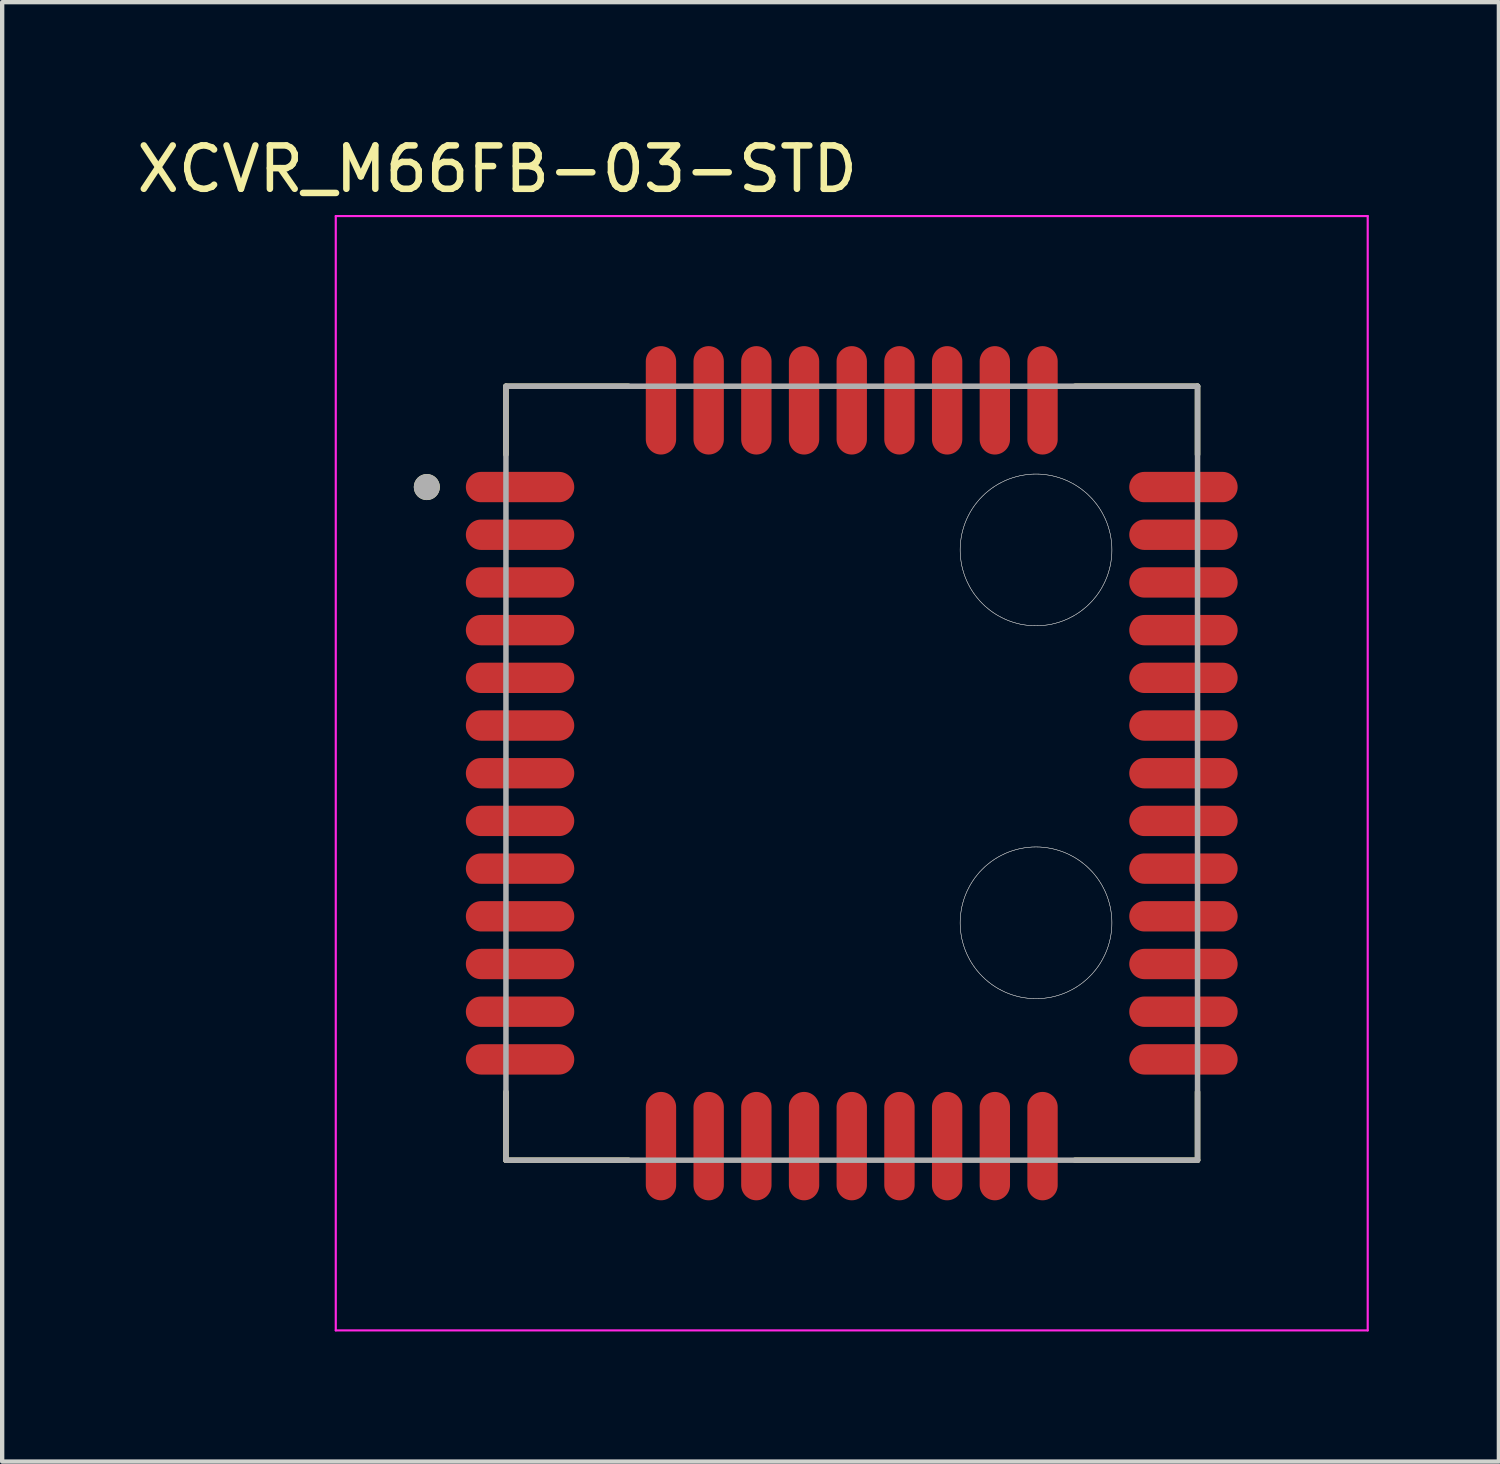
<source format=kicad_pcb>
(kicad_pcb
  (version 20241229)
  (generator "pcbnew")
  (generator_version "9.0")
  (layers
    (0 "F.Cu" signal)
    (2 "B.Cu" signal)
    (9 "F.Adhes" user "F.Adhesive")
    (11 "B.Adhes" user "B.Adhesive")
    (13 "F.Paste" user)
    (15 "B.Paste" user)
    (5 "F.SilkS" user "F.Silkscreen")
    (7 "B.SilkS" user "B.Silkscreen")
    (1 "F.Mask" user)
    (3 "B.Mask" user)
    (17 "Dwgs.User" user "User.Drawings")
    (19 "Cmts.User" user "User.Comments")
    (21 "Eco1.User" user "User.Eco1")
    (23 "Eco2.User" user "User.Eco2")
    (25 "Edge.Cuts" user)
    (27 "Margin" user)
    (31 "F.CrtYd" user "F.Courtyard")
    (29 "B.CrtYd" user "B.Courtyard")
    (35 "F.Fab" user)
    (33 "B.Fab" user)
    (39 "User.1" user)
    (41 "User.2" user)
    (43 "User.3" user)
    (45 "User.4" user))
  (footprint "XCVR_M66FB-03-STD"
    (layer "F.Cu")
    (at 16.594 14.783)
    (property "Reference" "XCVR_M66FB-03-STD" (at -8.176 -13.934 0) (layer "F.SilkS") (effects (font (size 1.001 1.001) (thickness 0.15))))
    (attr through_hole)
    (fp_line (start -7.975 -8.925) (end -7.975 -7.35) (stroke (width 0.127) (type solid)) (layer "F.SilkS"))
    (fp_line (start -7.975 7.35) (end -7.975 8.925) (stroke (width 0.127) (type solid)) (layer "F.SilkS"))
    (fp_line (start -7.975 8.925) (end -5.15 8.925) (stroke (width 0.127) (type solid)) (layer "F.SilkS"))
    (fp_line (start -5.15 -8.925) (end -7.975 -8.925) (stroke (width 0.127) (type solid)) (layer "F.SilkS"))
    (fp_line (start 5.15 -8.925) (end 7.975 -8.925) (stroke (width 0.127) (type solid)) (layer "F.SilkS"))
    (fp_line (start 7.975 -8.925) (end 7.975 -7.35) (stroke (width 0.127) (type solid)) (layer "F.SilkS"))
    (fp_line (start 7.975 7.35) (end 7.975 8.925) (stroke (width 0.127) (type solid)) (layer "F.SilkS"))
    (fp_line (start 7.975 8.925) (end 5.15 8.925) (stroke (width 0.127) (type solid)) (layer "F.SilkS"))
    (fp_circle (center -9.8 -6.6) (end -9.65 -6.6) (stroke (width 0.3) (type solid)) (fill no) (layer "F.SilkS"))
    (fp_poly (pts (xy -4.75 -7.8) (xy -4.75 -9.9) (xy -4.748 -9.937) (xy -4.742 -9.973) (xy -4.733 -10.008) (xy -4.72 -10.042) (xy -4.703 -10.075) (xy -4.683 -10.106) (xy -4.66 -10.134) (xy -4.634 -10.16) (xy -4.606 -10.183) (xy -4.575 -10.203) (xy -4.542 -10.22) (xy -4.508 -10.233) (xy -4.473 -10.242) (xy -4.437 -10.248) (xy -4.4 -10.25) (xy -4.363 -10.248) (xy -4.327 -10.242) (xy -4.292 -10.233) (xy -4.258 -10.22) (xy -4.225 -10.203) (xy -4.194 -10.183) (xy -4.166 -10.16) (xy -4.14 -10.134) (xy -4.117 -10.106) (xy -4.097 -10.075) (xy -4.08 -10.042) (xy -4.067 -10.008) (xy -4.058 -9.973) (xy -4.052 -9.937) (xy -4.05 -9.9) (xy -4.05 -7.8) (xy -4.052 -7.763) (xy -4.058 -7.727) (xy -4.067 -7.692) (xy -4.08 -7.658) (xy -4.097 -7.625) (xy -4.117 -7.594) (xy -4.14 -7.566) (xy -4.166 -7.54) (xy -4.194 -7.517) (xy -4.225 -7.497) (xy -4.258 -7.48) (xy -4.292 -7.467) (xy -4.327 -7.458) (xy -4.363 -7.452) (xy -4.4 -7.45) (xy -4.437 -7.452) (xy -4.473 -7.458) (xy -4.508 -7.467) (xy -4.542 -7.48) (xy -4.575 -7.497) (xy -4.606 -7.517) (xy -4.634 -7.54) (xy -4.66 -7.566) (xy -4.683 -7.594) (xy -4.703 -7.625) (xy -4.72 -7.658) (xy -4.733 -7.692) (xy -4.742 -7.727) (xy -4.748 -7.763) (xy -4.75 -7.8)) (stroke (width 0.0001) (type solid)) (fill yes) (layer "F.Paste"))
    (fp_poly (pts (xy -4.75 9.9) (xy -4.75 7.8) (xy -4.748 7.763) (xy -4.742 7.727) (xy -4.733 7.692) (xy -4.72 7.658) (xy -4.703 7.625) (xy -4.683 7.594) (xy -4.66 7.566) (xy -4.634 7.54) (xy -4.606 7.517) (xy -4.575 7.497) (xy -4.542 7.48) (xy -4.508 7.467) (xy -4.473 7.458) (xy -4.437 7.452) (xy -4.4 7.45) (xy -4.363 7.452) (xy -4.327 7.458) (xy -4.292 7.467) (xy -4.258 7.48) (xy -4.225 7.497) (xy -4.194 7.517) (xy -4.166 7.54) (xy -4.14 7.566) (xy -4.117 7.594) (xy -4.097 7.625) (xy -4.08 7.658) (xy -4.067 7.692) (xy -4.058 7.727) (xy -4.052 7.763) (xy -4.05 7.8) (xy -4.05 9.9) (xy -4.052 9.937) (xy -4.058 9.973) (xy -4.067 10.008) (xy -4.08 10.042) (xy -4.097 10.075) (xy -4.117 10.106) (xy -4.14 10.134) (xy -4.166 10.16) (xy -4.194 10.183) (xy -4.225 10.203) (xy -4.258 10.22) (xy -4.292 10.233) (xy -4.327 10.242) (xy -4.363 10.248) (xy -4.4 10.25) (xy -4.437 10.248) (xy -4.473 10.242) (xy -4.508 10.233) (xy -4.542 10.22) (xy -4.575 10.203) (xy -4.606 10.183) (xy -4.634 10.16) (xy -4.66 10.134) (xy -4.683 10.106) (xy -4.703 10.075) (xy -4.72 10.042) (xy -4.733 10.008) (xy -4.742 9.973) (xy -4.748 9.937) (xy -4.75 9.9)) (stroke (width 0.0001) (type solid)) (fill yes) (layer "F.Paste"))
    (fp_poly (pts (xy -3.65 -7.8) (xy -3.65 -9.9) (xy -3.648 -9.937) (xy -3.642 -9.973) (xy -3.633 -10.008) (xy -3.62 -10.042) (xy -3.603 -10.075) (xy -3.583 -10.106) (xy -3.56 -10.134) (xy -3.534 -10.16) (xy -3.506 -10.183) (xy -3.475 -10.203) (xy -3.442 -10.22) (xy -3.408 -10.233) (xy -3.373 -10.242) (xy -3.337 -10.248) (xy -3.3 -10.25) (xy -3.263 -10.248) (xy -3.227 -10.242) (xy -3.192 -10.233) (xy -3.158 -10.22) (xy -3.125 -10.203) (xy -3.094 -10.183) (xy -3.066 -10.16) (xy -3.04 -10.134) (xy -3.017 -10.106) (xy -2.997 -10.075) (xy -2.98 -10.042) (xy -2.967 -10.008) (xy -2.958 -9.973) (xy -2.952 -9.937) (xy -2.95 -9.9) (xy -2.95 -7.8) (xy -2.952 -7.763) (xy -2.958 -7.727) (xy -2.967 -7.692) (xy -2.98 -7.658) (xy -2.997 -7.625) (xy -3.017 -7.594) (xy -3.04 -7.566) (xy -3.066 -7.54) (xy -3.094 -7.517) (xy -3.125 -7.497) (xy -3.158 -7.48) (xy -3.192 -7.467) (xy -3.227 -7.458) (xy -3.263 -7.452) (xy -3.3 -7.45) (xy -3.337 -7.452) (xy -3.373 -7.458) (xy -3.408 -7.467) (xy -3.442 -7.48) (xy -3.475 -7.497) (xy -3.506 -7.517) (xy -3.534 -7.54) (xy -3.56 -7.566) (xy -3.583 -7.594) (xy -3.603 -7.625) (xy -3.62 -7.658) (xy -3.633 -7.692) (xy -3.642 -7.727) (xy -3.648 -7.763) (xy -3.65 -7.8)) (stroke (width 0.0001) (type solid)) (fill yes) (layer "F.Paste"))
    (fp_poly (pts (xy -3.65 9.9) (xy -3.65 7.8) (xy -3.648 7.763) (xy -3.642 7.727) (xy -3.633 7.692) (xy -3.62 7.658) (xy -3.603 7.625) (xy -3.583 7.594) (xy -3.56 7.566) (xy -3.534 7.54) (xy -3.506 7.517) (xy -3.475 7.497) (xy -3.442 7.48) (xy -3.408 7.467) (xy -3.373 7.458) (xy -3.337 7.452) (xy -3.3 7.45) (xy -3.263 7.452) (xy -3.227 7.458) (xy -3.192 7.467) (xy -3.158 7.48) (xy -3.125 7.497) (xy -3.094 7.517) (xy -3.066 7.54) (xy -3.04 7.566) (xy -3.017 7.594) (xy -2.997 7.625) (xy -2.98 7.658) (xy -2.967 7.692) (xy -2.958 7.727) (xy -2.952 7.763) (xy -2.95 7.8) (xy -2.95 9.9) (xy -2.952 9.937) (xy -2.958 9.973) (xy -2.967 10.008) (xy -2.98 10.042) (xy -2.997 10.075) (xy -3.017 10.106) (xy -3.04 10.134) (xy -3.066 10.16) (xy -3.094 10.183) (xy -3.125 10.203) (xy -3.158 10.22) (xy -3.192 10.233) (xy -3.227 10.242) (xy -3.263 10.248) (xy -3.3 10.25) (xy -3.337 10.248) (xy -3.373 10.242) (xy -3.408 10.233) (xy -3.442 10.22) (xy -3.475 10.203) (xy -3.506 10.183) (xy -3.534 10.16) (xy -3.56 10.134) (xy -3.583 10.106) (xy -3.603 10.075) (xy -3.62 10.042) (xy -3.633 10.008) (xy -3.642 9.973) (xy -3.648 9.937) (xy -3.65 9.9)) (stroke (width 0.0001) (type solid)) (fill yes) (layer "F.Paste"))
    (fp_poly (pts (xy -2.55 -7.8) (xy -2.55 -9.9) (xy -2.548 -9.937) (xy -2.542 -9.973) (xy -2.533 -10.008) (xy -2.52 -10.042) (xy -2.503 -10.075) (xy -2.483 -10.106) (xy -2.46 -10.134) (xy -2.434 -10.16) (xy -2.406 -10.183) (xy -2.375 -10.203) (xy -2.342 -10.22) (xy -2.308 -10.233) (xy -2.273 -10.242) (xy -2.237 -10.248) (xy -2.2 -10.25) (xy -2.163 -10.248) (xy -2.127 -10.242) (xy -2.092 -10.233) (xy -2.058 -10.22) (xy -2.025 -10.203) (xy -1.994 -10.183) (xy -1.966 -10.16) (xy -1.94 -10.134) (xy -1.917 -10.106) (xy -1.897 -10.075) (xy -1.88 -10.042) (xy -1.867 -10.008) (xy -1.858 -9.973) (xy -1.852 -9.937) (xy -1.85 -9.9) (xy -1.85 -7.8) (xy -1.852 -7.763) (xy -1.858 -7.727) (xy -1.867 -7.692) (xy -1.88 -7.658) (xy -1.897 -7.625) (xy -1.917 -7.594) (xy -1.94 -7.566) (xy -1.966 -7.54) (xy -1.994 -7.517) (xy -2.025 -7.497) (xy -2.058 -7.48) (xy -2.092 -7.467) (xy -2.127 -7.458) (xy -2.163 -7.452) (xy -2.2 -7.45) (xy -2.237 -7.452) (xy -2.273 -7.458) (xy -2.308 -7.467) (xy -2.342 -7.48) (xy -2.375 -7.497) (xy -2.406 -7.517) (xy -2.434 -7.54) (xy -2.46 -7.566) (xy -2.483 -7.594) (xy -2.503 -7.625) (xy -2.52 -7.658) (xy -2.533 -7.692) (xy -2.542 -7.727) (xy -2.548 -7.763) (xy -2.55 -7.8)) (stroke (width 0.0001) (type solid)) (fill yes) (layer "F.Paste"))
    (fp_poly (pts (xy -2.55 9.9) (xy -2.55 7.8) (xy -2.548 7.763) (xy -2.542 7.727) (xy -2.533 7.692) (xy -2.52 7.658) (xy -2.503 7.625) (xy -2.483 7.594) (xy -2.46 7.566) (xy -2.434 7.54) (xy -2.406 7.517) (xy -2.375 7.497) (xy -2.342 7.48) (xy -2.308 7.467) (xy -2.273 7.458) (xy -2.237 7.452) (xy -2.2 7.45) (xy -2.163 7.452) (xy -2.127 7.458) (xy -2.092 7.467) (xy -2.058 7.48) (xy -2.025 7.497) (xy -1.994 7.517) (xy -1.966 7.54) (xy -1.94 7.566) (xy -1.917 7.594) (xy -1.897 7.625) (xy -1.88 7.658) (xy -1.867 7.692) (xy -1.858 7.727) (xy -1.852 7.763) (xy -1.85 7.8) (xy -1.85 9.9) (xy -1.852 9.937) (xy -1.858 9.973) (xy -1.867 10.008) (xy -1.88 10.042) (xy -1.897 10.075) (xy -1.917 10.106) (xy -1.94 10.134) (xy -1.966 10.16) (xy -1.994 10.183) (xy -2.025 10.203) (xy -2.058 10.22) (xy -2.092 10.233) (xy -2.127 10.242) (xy -2.163 10.248) (xy -2.2 10.25) (xy -2.237 10.248) (xy -2.273 10.242) (xy -2.308 10.233) (xy -2.342 10.22) (xy -2.375 10.203) (xy -2.406 10.183) (xy -2.434 10.16) (xy -2.46 10.134) (xy -2.483 10.106) (xy -2.503 10.075) (xy -2.52 10.042) (xy -2.533 10.008) (xy -2.542 9.973) (xy -2.548 9.937) (xy -2.55 9.9)) (stroke (width 0.0001) (type solid)) (fill yes) (layer "F.Paste"))
    (fp_poly (pts (xy -1.45 -7.8) (xy -1.45 -9.9) (xy -1.448 -9.937) (xy -1.442 -9.973) (xy -1.433 -10.008) (xy -1.42 -10.042) (xy -1.403 -10.075) (xy -1.383 -10.106) (xy -1.36 -10.134) (xy -1.334 -10.16) (xy -1.306 -10.183) (xy -1.275 -10.203) (xy -1.242 -10.22) (xy -1.208 -10.233) (xy -1.173 -10.242) (xy -1.137 -10.248) (xy -1.1 -10.25) (xy -1.063 -10.248) (xy -1.027 -10.242) (xy -0.992 -10.233) (xy -0.958 -10.22) (xy -0.925 -10.203) (xy -0.894 -10.183) (xy -0.866 -10.16) (xy -0.84 -10.134) (xy -0.817 -10.106) (xy -0.797 -10.075) (xy -0.78 -10.042) (xy -0.767 -10.008) (xy -0.758 -9.973) (xy -0.752 -9.937) (xy -0.75 -9.9) (xy -0.75 -7.8) (xy -0.752 -7.763) (xy -0.758 -7.727) (xy -0.767 -7.692) (xy -0.78 -7.658) (xy -0.797 -7.625) (xy -0.817 -7.594) (xy -0.84 -7.566) (xy -0.866 -7.54) (xy -0.894 -7.517) (xy -0.925 -7.497) (xy -0.958 -7.48) (xy -0.992 -7.467) (xy -1.027 -7.458) (xy -1.063 -7.452) (xy -1.1 -7.45) (xy -1.137 -7.452) (xy -1.173 -7.458) (xy -1.208 -7.467) (xy -1.242 -7.48) (xy -1.275 -7.497) (xy -1.306 -7.517) (xy -1.334 -7.54) (xy -1.36 -7.566) (xy -1.383 -7.594) (xy -1.403 -7.625) (xy -1.42 -7.658) (xy -1.433 -7.692) (xy -1.442 -7.727) (xy -1.448 -7.763) (xy -1.45 -7.8)) (stroke (width 0.0001) (type solid)) (fill yes) (layer "F.Paste"))
    (fp_poly (pts (xy -1.45 9.9) (xy -1.45 7.8) (xy -1.448 7.763) (xy -1.442 7.727) (xy -1.433 7.692) (xy -1.42 7.658) (xy -1.403 7.625) (xy -1.383 7.594) (xy -1.36 7.566) (xy -1.334 7.54) (xy -1.306 7.517) (xy -1.275 7.497) (xy -1.242 7.48) (xy -1.208 7.467) (xy -1.173 7.458) (xy -1.137 7.452) (xy -1.1 7.45) (xy -1.063 7.452) (xy -1.027 7.458) (xy -0.992 7.467) (xy -0.958 7.48) (xy -0.925 7.497) (xy -0.894 7.517) (xy -0.866 7.54) (xy -0.84 7.566) (xy -0.817 7.594) (xy -0.797 7.625) (xy -0.78 7.658) (xy -0.767 7.692) (xy -0.758 7.727) (xy -0.752 7.763) (xy -0.75 7.8) (xy -0.75 9.9) (xy -0.752 9.937) (xy -0.758 9.973) (xy -0.767 10.008) (xy -0.78 10.042) (xy -0.797 10.075) (xy -0.817 10.106) (xy -0.84 10.134) (xy -0.866 10.16) (xy -0.894 10.183) (xy -0.925 10.203) (xy -0.958 10.22) (xy -0.992 10.233) (xy -1.027 10.242) (xy -1.063 10.248) (xy -1.1 10.25) (xy -1.137 10.248) (xy -1.173 10.242) (xy -1.208 10.233) (xy -1.242 10.22) (xy -1.275 10.203) (xy -1.306 10.183) (xy -1.334 10.16) (xy -1.36 10.134) (xy -1.383 10.106) (xy -1.403 10.075) (xy -1.42 10.042) (xy -1.433 10.008) (xy -1.442 9.973) (xy -1.448 9.937) (xy -1.45 9.9)) (stroke (width 0.0001) (type solid)) (fill yes) (layer "F.Paste"))
    (fp_poly (pts (xy -0.35 -7.8) (xy -0.35 -9.9) (xy -0.348 -9.937) (xy -0.342 -9.973) (xy -0.333 -10.008) (xy -0.32 -10.042) (xy -0.303 -10.075) (xy -0.283 -10.106) (xy -0.26 -10.134) (xy -0.234 -10.16) (xy -0.206 -10.183) (xy -0.175 -10.203) (xy -0.142 -10.22) (xy -0.108 -10.233) (xy -0.073 -10.242) (xy -0.037 -10.248) (xy 0 -10.25) (xy 0.037 -10.248) (xy 0.073 -10.242) (xy 0.108 -10.233) (xy 0.142 -10.22) (xy 0.175 -10.203) (xy 0.206 -10.183) (xy 0.234 -10.16) (xy 0.26 -10.134) (xy 0.283 -10.106) (xy 0.303 -10.075) (xy 0.32 -10.042) (xy 0.333 -10.008) (xy 0.342 -9.973) (xy 0.348 -9.937) (xy 0.35 -9.9) (xy 0.35 -7.8) (xy 0.348 -7.763) (xy 0.342 -7.727) (xy 0.333 -7.692) (xy 0.32 -7.658) (xy 0.303 -7.625) (xy 0.283 -7.594) (xy 0.26 -7.566) (xy 0.234 -7.54) (xy 0.206 -7.517) (xy 0.175 -7.497) (xy 0.142 -7.48) (xy 0.108 -7.467) (xy 0.073 -7.458) (xy 0.037 -7.452) (xy 0 -7.45) (xy -0.037 -7.452) (xy -0.073 -7.458) (xy -0.108 -7.467) (xy -0.142 -7.48) (xy -0.175 -7.497) (xy -0.206 -7.517) (xy -0.234 -7.54) (xy -0.26 -7.566) (xy -0.283 -7.594) (xy -0.303 -7.625) (xy -0.32 -7.658) (xy -0.333 -7.692) (xy -0.342 -7.727) (xy -0.348 -7.763) (xy -0.35 -7.8)) (stroke (width 0.0001) (type solid)) (fill yes) (layer "F.Paste"))
    (fp_poly (pts (xy -0.35 9.9) (xy -0.35 7.8) (xy -0.348 7.763) (xy -0.342 7.727) (xy -0.333 7.692) (xy -0.32 7.658) (xy -0.303 7.625) (xy -0.283 7.594) (xy -0.26 7.566) (xy -0.234 7.54) (xy -0.206 7.517) (xy -0.175 7.497) (xy -0.142 7.48) (xy -0.108 7.467) (xy -0.073 7.458) (xy -0.037 7.452) (xy 0 7.45) (xy 0.037 7.452) (xy 0.073 7.458) (xy 0.108 7.467) (xy 0.142 7.48) (xy 0.175 7.497) (xy 0.206 7.517) (xy 0.234 7.54) (xy 0.26 7.566) (xy 0.283 7.594) (xy 0.303 7.625) (xy 0.32 7.658) (xy 0.333 7.692) (xy 0.342 7.727) (xy 0.348 7.763) (xy 0.35 7.8) (xy 0.35 9.9) (xy 0.348 9.937) (xy 0.342 9.973) (xy 0.333 10.008) (xy 0.32 10.042) (xy 0.303 10.075) (xy 0.283 10.106) (xy 0.26 10.134) (xy 0.234 10.16) (xy 0.206 10.183) (xy 0.175 10.203) (xy 0.142 10.22) (xy 0.108 10.233) (xy 0.073 10.242) (xy 0.037 10.248) (xy 0 10.25) (xy -0.037 10.248) (xy -0.073 10.242) (xy -0.108 10.233) (xy -0.142 10.22) (xy -0.175 10.203) (xy -0.206 10.183) (xy -0.234 10.16) (xy -0.26 10.134) (xy -0.283 10.106) (xy -0.303 10.075) (xy -0.32 10.042) (xy -0.333 10.008) (xy -0.342 9.973) (xy -0.348 9.937) (xy -0.35 9.9)) (stroke (width 0.0001) (type solid)) (fill yes) (layer "F.Paste"))
    (fp_poly (pts (xy 0.75 -7.8) (xy 0.75 -9.9) (xy 0.752 -9.937) (xy 0.758 -9.973) (xy 0.767 -10.008) (xy 0.78 -10.042) (xy 0.797 -10.075) (xy 0.817 -10.106) (xy 0.84 -10.134) (xy 0.866 -10.16) (xy 0.894 -10.183) (xy 0.925 -10.203) (xy 0.958 -10.22) (xy 0.992 -10.233) (xy 1.027 -10.242) (xy 1.063 -10.248) (xy 1.1 -10.25) (xy 1.137 -10.248) (xy 1.173 -10.242) (xy 1.208 -10.233) (xy 1.242 -10.22) (xy 1.275 -10.203) (xy 1.306 -10.183) (xy 1.334 -10.16) (xy 1.36 -10.134) (xy 1.383 -10.106) (xy 1.403 -10.075) (xy 1.42 -10.042) (xy 1.433 -10.008) (xy 1.442 -9.973) (xy 1.448 -9.937) (xy 1.45 -9.9) (xy 1.45 -7.8) (xy 1.448 -7.763) (xy 1.442 -7.727) (xy 1.433 -7.692) (xy 1.42 -7.658) (xy 1.403 -7.625) (xy 1.383 -7.594) (xy 1.36 -7.566) (xy 1.334 -7.54) (xy 1.306 -7.517) (xy 1.275 -7.497) (xy 1.242 -7.48) (xy 1.208 -7.467) (xy 1.173 -7.458) (xy 1.137 -7.452) (xy 1.1 -7.45) (xy 1.063 -7.452) (xy 1.027 -7.458) (xy 0.992 -7.467) (xy 0.958 -7.48) (xy 0.925 -7.497) (xy 0.894 -7.517) (xy 0.866 -7.54) (xy 0.84 -7.566) (xy 0.817 -7.594) (xy 0.797 -7.625) (xy 0.78 -7.658) (xy 0.767 -7.692) (xy 0.758 -7.727) (xy 0.752 -7.763) (xy 0.75 -7.8)) (stroke (width 0.0001) (type solid)) (fill yes) (layer "F.Paste"))
    (fp_poly (pts (xy 0.75 9.9) (xy 0.75 7.8) (xy 0.752 7.763) (xy 0.758 7.727) (xy 0.767 7.692) (xy 0.78 7.658) (xy 0.797 7.625) (xy 0.817 7.594) (xy 0.84 7.566) (xy 0.866 7.54) (xy 0.894 7.517) (xy 0.925 7.497) (xy 0.958 7.48) (xy 0.992 7.467) (xy 1.027 7.458) (xy 1.063 7.452) (xy 1.1 7.45) (xy 1.137 7.452) (xy 1.173 7.458) (xy 1.208 7.467) (xy 1.242 7.48) (xy 1.275 7.497) (xy 1.306 7.517) (xy 1.334 7.54) (xy 1.36 7.566) (xy 1.383 7.594) (xy 1.403 7.625) (xy 1.42 7.658) (xy 1.433 7.692) (xy 1.442 7.727) (xy 1.448 7.763) (xy 1.45 7.8) (xy 1.45 9.9) (xy 1.448 9.937) (xy 1.442 9.973) (xy 1.433 10.008) (xy 1.42 10.042) (xy 1.403 10.075) (xy 1.383 10.106) (xy 1.36 10.134) (xy 1.334 10.16) (xy 1.306 10.183) (xy 1.275 10.203) (xy 1.242 10.22) (xy 1.208 10.233) (xy 1.173 10.242) (xy 1.137 10.248) (xy 1.1 10.25) (xy 1.063 10.248) (xy 1.027 10.242) (xy 0.992 10.233) (xy 0.958 10.22) (xy 0.925 10.203) (xy 0.894 10.183) (xy 0.866 10.16) (xy 0.84 10.134) (xy 0.817 10.106) (xy 0.797 10.075) (xy 0.78 10.042) (xy 0.767 10.008) (xy 0.758 9.973) (xy 0.752 9.937) (xy 0.75 9.9)) (stroke (width 0.0001) (type solid)) (fill yes) (layer "F.Paste"))
    (fp_poly (pts (xy 1.85 -7.8) (xy 1.85 -9.9) (xy 1.852 -9.937) (xy 1.858 -9.973) (xy 1.867 -10.008) (xy 1.88 -10.042) (xy 1.897 -10.075) (xy 1.917 -10.106) (xy 1.94 -10.134) (xy 1.966 -10.16) (xy 1.994 -10.183) (xy 2.025 -10.203) (xy 2.058 -10.22) (xy 2.092 -10.233) (xy 2.127 -10.242) (xy 2.163 -10.248) (xy 2.2 -10.25) (xy 2.237 -10.248) (xy 2.273 -10.242) (xy 2.308 -10.233) (xy 2.342 -10.22) (xy 2.375 -10.203) (xy 2.406 -10.183) (xy 2.434 -10.16) (xy 2.46 -10.134) (xy 2.483 -10.106) (xy 2.503 -10.075) (xy 2.52 -10.042) (xy 2.533 -10.008) (xy 2.542 -9.973) (xy 2.548 -9.937) (xy 2.55 -9.9) (xy 2.55 -7.8) (xy 2.548 -7.763) (xy 2.542 -7.727) (xy 2.533 -7.692) (xy 2.52 -7.658) (xy 2.503 -7.625) (xy 2.483 -7.594) (xy 2.46 -7.566) (xy 2.434 -7.54) (xy 2.406 -7.517) (xy 2.375 -7.497) (xy 2.342 -7.48) (xy 2.308 -7.467) (xy 2.273 -7.458) (xy 2.237 -7.452) (xy 2.2 -7.45) (xy 2.163 -7.452) (xy 2.127 -7.458) (xy 2.092 -7.467) (xy 2.058 -7.48) (xy 2.025 -7.497) (xy 1.994 -7.517) (xy 1.966 -7.54) (xy 1.94 -7.566) (xy 1.917 -7.594) (xy 1.897 -7.625) (xy 1.88 -7.658) (xy 1.867 -7.692) (xy 1.858 -7.727) (xy 1.852 -7.763) (xy 1.85 -7.8)) (stroke (width 0.0001) (type solid)) (fill yes) (layer "F.Paste"))
    (fp_poly (pts (xy 1.85 9.9) (xy 1.85 7.8) (xy 1.852 7.763) (xy 1.858 7.727) (xy 1.867 7.692) (xy 1.88 7.658) (xy 1.897 7.625) (xy 1.917 7.594) (xy 1.94 7.566) (xy 1.966 7.54) (xy 1.994 7.517) (xy 2.025 7.497) (xy 2.058 7.48) (xy 2.092 7.467) (xy 2.127 7.458) (xy 2.163 7.452) (xy 2.2 7.45) (xy 2.237 7.452) (xy 2.273 7.458) (xy 2.308 7.467) (xy 2.342 7.48) (xy 2.375 7.497) (xy 2.406 7.517) (xy 2.434 7.54) (xy 2.46 7.566) (xy 2.483 7.594) (xy 2.503 7.625) (xy 2.52 7.658) (xy 2.533 7.692) (xy 2.542 7.727) (xy 2.548 7.763) (xy 2.55 7.8) (xy 2.55 9.9) (xy 2.548 9.937) (xy 2.542 9.973) (xy 2.533 10.008) (xy 2.52 10.042) (xy 2.503 10.075) (xy 2.483 10.106) (xy 2.46 10.134) (xy 2.434 10.16) (xy 2.406 10.183) (xy 2.375 10.203) (xy 2.342 10.22) (xy 2.308 10.233) (xy 2.273 10.242) (xy 2.237 10.248) (xy 2.2 10.25) (xy 2.163 10.248) (xy 2.127 10.242) (xy 2.092 10.233) (xy 2.058 10.22) (xy 2.025 10.203) (xy 1.994 10.183) (xy 1.966 10.16) (xy 1.94 10.134) (xy 1.917 10.106) (xy 1.897 10.075) (xy 1.88 10.042) (xy 1.867 10.008) (xy 1.858 9.973) (xy 1.852 9.937) (xy 1.85 9.9)) (stroke (width 0.0001) (type solid)) (fill yes) (layer "F.Paste"))
    (fp_poly (pts (xy 2.95 -7.8) (xy 2.95 -9.9) (xy 2.952 -9.937) (xy 2.958 -9.973) (xy 2.967 -10.008) (xy 2.98 -10.042) (xy 2.997 -10.075) (xy 3.017 -10.106) (xy 3.04 -10.134) (xy 3.066 -10.16) (xy 3.094 -10.183) (xy 3.125 -10.203) (xy 3.158 -10.22) (xy 3.192 -10.233) (xy 3.227 -10.242) (xy 3.263 -10.248) (xy 3.3 -10.25) (xy 3.337 -10.248) (xy 3.373 -10.242) (xy 3.408 -10.233) (xy 3.442 -10.22) (xy 3.475 -10.203) (xy 3.506 -10.183) (xy 3.534 -10.16) (xy 3.56 -10.134) (xy 3.583 -10.106) (xy 3.603 -10.075) (xy 3.62 -10.042) (xy 3.633 -10.008) (xy 3.642 -9.973) (xy 3.648 -9.937) (xy 3.65 -9.9) (xy 3.65 -7.8) (xy 3.648 -7.763) (xy 3.642 -7.727) (xy 3.633 -7.692) (xy 3.62 -7.658) (xy 3.603 -7.625) (xy 3.583 -7.594) (xy 3.56 -7.566) (xy 3.534 -7.54) (xy 3.506 -7.517) (xy 3.475 -7.497) (xy 3.442 -7.48) (xy 3.408 -7.467) (xy 3.373 -7.458) (xy 3.337 -7.452) (xy 3.3 -7.45) (xy 3.263 -7.452) (xy 3.227 -7.458) (xy 3.192 -7.467) (xy 3.158 -7.48) (xy 3.125 -7.497) (xy 3.094 -7.517) (xy 3.066 -7.54) (xy 3.04 -7.566) (xy 3.017 -7.594) (xy 2.997 -7.625) (xy 2.98 -7.658) (xy 2.967 -7.692) (xy 2.958 -7.727) (xy 2.952 -7.763) (xy 2.95 -7.8)) (stroke (width 0.0001) (type solid)) (fill yes) (layer "F.Paste"))
    (fp_poly (pts (xy 2.95 9.9) (xy 2.95 7.8) (xy 2.952 7.763) (xy 2.958 7.727) (xy 2.967 7.692) (xy 2.98 7.658) (xy 2.997 7.625) (xy 3.017 7.594) (xy 3.04 7.566) (xy 3.066 7.54) (xy 3.094 7.517) (xy 3.125 7.497) (xy 3.158 7.48) (xy 3.192 7.467) (xy 3.227 7.458) (xy 3.263 7.452) (xy 3.3 7.45) (xy 3.337 7.452) (xy 3.373 7.458) (xy 3.408 7.467) (xy 3.442 7.48) (xy 3.475 7.497) (xy 3.506 7.517) (xy 3.534 7.54) (xy 3.56 7.566) (xy 3.583 7.594) (xy 3.603 7.625) (xy 3.62 7.658) (xy 3.633 7.692) (xy 3.642 7.727) (xy 3.648 7.763) (xy 3.65 7.8) (xy 3.65 9.9) (xy 3.648 9.937) (xy 3.642 9.973) (xy 3.633 10.008) (xy 3.62 10.042) (xy 3.603 10.075) (xy 3.583 10.106) (xy 3.56 10.134) (xy 3.534 10.16) (xy 3.506 10.183) (xy 3.475 10.203) (xy 3.442 10.22) (xy 3.408 10.233) (xy 3.373 10.242) (xy 3.337 10.248) (xy 3.3 10.25) (xy 3.263 10.248) (xy 3.227 10.242) (xy 3.192 10.233) (xy 3.158 10.22) (xy 3.125 10.203) (xy 3.094 10.183) (xy 3.066 10.16) (xy 3.04 10.134) (xy 3.017 10.106) (xy 2.997 10.075) (xy 2.98 10.042) (xy 2.967 10.008) (xy 2.958 9.973) (xy 2.952 9.937) (xy 2.95 9.9)) (stroke (width 0.0001) (type solid)) (fill yes) (layer "F.Paste"))
    (fp_poly (pts (xy 4.05 -7.8) (xy 4.05 -9.9) (xy 4.052 -9.937) (xy 4.058 -9.973) (xy 4.067 -10.008) (xy 4.08 -10.042) (xy 4.097 -10.075) (xy 4.117 -10.106) (xy 4.14 -10.134) (xy 4.166 -10.16) (xy 4.194 -10.183) (xy 4.225 -10.203) (xy 4.258 -10.22) (xy 4.292 -10.233) (xy 4.327 -10.242) (xy 4.363 -10.248) (xy 4.4 -10.25) (xy 4.437 -10.248) (xy 4.473 -10.242) (xy 4.508 -10.233) (xy 4.542 -10.22) (xy 4.575 -10.203) (xy 4.606 -10.183) (xy 4.634 -10.16) (xy 4.66 -10.134) (xy 4.683 -10.106) (xy 4.703 -10.075) (xy 4.72 -10.042) (xy 4.733 -10.008) (xy 4.742 -9.973) (xy 4.748 -9.937) (xy 4.75 -9.9) (xy 4.75 -7.8) (xy 4.748 -7.763) (xy 4.742 -7.727) (xy 4.733 -7.692) (xy 4.72 -7.658) (xy 4.703 -7.625) (xy 4.683 -7.594) (xy 4.66 -7.566) (xy 4.634 -7.54) (xy 4.606 -7.517) (xy 4.575 -7.497) (xy 4.542 -7.48) (xy 4.508 -7.467) (xy 4.473 -7.458) (xy 4.437 -7.452) (xy 4.4 -7.45) (xy 4.363 -7.452) (xy 4.327 -7.458) (xy 4.292 -7.467) (xy 4.258 -7.48) (xy 4.225 -7.497) (xy 4.194 -7.517) (xy 4.166 -7.54) (xy 4.14 -7.566) (xy 4.117 -7.594) (xy 4.097 -7.625) (xy 4.08 -7.658) (xy 4.067 -7.692) (xy 4.058 -7.727) (xy 4.052 -7.763) (xy 4.05 -7.8)) (stroke (width 0.0001) (type solid)) (fill yes) (layer "F.Paste"))
    (fp_poly (pts (xy 4.05 9.9) (xy 4.05 7.8) (xy 4.052 7.763) (xy 4.058 7.727) (xy 4.067 7.692) (xy 4.08 7.658) (xy 4.097 7.625) (xy 4.117 7.594) (xy 4.14 7.566) (xy 4.166 7.54) (xy 4.194 7.517) (xy 4.225 7.497) (xy 4.258 7.48) (xy 4.292 7.467) (xy 4.327 7.458) (xy 4.363 7.452) (xy 4.4 7.45) (xy 4.437 7.452) (xy 4.473 7.458) (xy 4.508 7.467) (xy 4.542 7.48) (xy 4.575 7.497) (xy 4.606 7.517) (xy 4.634 7.54) (xy 4.66 7.566) (xy 4.683 7.594) (xy 4.703 7.625) (xy 4.72 7.658) (xy 4.733 7.692) (xy 4.742 7.727) (xy 4.748 7.763) (xy 4.75 7.8) (xy 4.75 9.9) (xy 4.748 9.937) (xy 4.742 9.973) (xy 4.733 10.008) (xy 4.72 10.042) (xy 4.703 10.075) (xy 4.683 10.106) (xy 4.66 10.134) (xy 4.634 10.16) (xy 4.606 10.183) (xy 4.575 10.203) (xy 4.542 10.22) (xy 4.508 10.233) (xy 4.473 10.242) (xy 4.437 10.248) (xy 4.4 10.25) (xy 4.363 10.248) (xy 4.327 10.242) (xy 4.292 10.233) (xy 4.258 10.22) (xy 4.225 10.203) (xy 4.194 10.183) (xy 4.166 10.16) (xy 4.14 10.134) (xy 4.117 10.106) (xy 4.097 10.075) (xy 4.08 10.042) (xy 4.067 10.008) (xy 4.058 9.973) (xy 4.052 9.937) (xy 4.05 9.9)) (stroke (width 0.0001) (type solid)) (fill yes) (layer "F.Paste"))
    (fp_poly (pts (xy -7.9 -6.95) (xy -6.85 -6.95) (xy -6.813 -6.948) (xy -6.777 -6.942) (xy -6.742 -6.933) (xy -6.708 -6.92) (xy -6.675 -6.903) (xy -6.644 -6.883) (xy -6.616 -6.86) (xy -6.59 -6.834) (xy -6.567 -6.806) (xy -6.547 -6.775) (xy -6.53 -6.742) (xy -6.517 -6.708) (xy -6.508 -6.673) (xy -6.502 -6.637) (xy -6.5 -6.6) (xy -6.502 -6.563) (xy -6.508 -6.527) (xy -6.517 -6.492) (xy -6.53 -6.458) (xy -6.547 -6.425) (xy -6.567 -6.394) (xy -6.59 -6.366) (xy -6.616 -6.34) (xy -6.644 -6.317) (xy -6.675 -6.297) (xy -6.708 -6.28) (xy -6.742 -6.267) (xy -6.777 -6.258) (xy -6.813 -6.252) (xy -6.85 -6.25) (xy -8.95 -6.25) (xy -8.987 -6.252) (xy -9.023 -6.258) (xy -9.058 -6.267) (xy -9.092 -6.28) (xy -9.125 -6.297) (xy -9.156 -6.317) (xy -9.184 -6.34) (xy -9.21 -6.366) (xy -9.233 -6.394) (xy -9.253 -6.425) (xy -9.27 -6.458) (xy -9.283 -6.492) (xy -9.292 -6.527) (xy -9.298 -6.563) (xy -9.3 -6.6) (xy -9.298 -6.637) (xy -9.292 -6.673) (xy -9.283 -6.708) (xy -9.27 -6.742) (xy -9.253 -6.775) (xy -9.233 -6.806) (xy -9.21 -6.834) (xy -9.184 -6.86) (xy -9.156 -6.883) (xy -9.125 -6.903) (xy -9.092 -6.92) (xy -9.058 -6.933) (xy -9.023 -6.942) (xy -8.987 -6.948) (xy -8.95 -6.95) (xy -7.9 -6.95)) (stroke (width 0.0001) (type solid)) (fill yes) (layer "F.Paste"))
    (fp_poly (pts (xy -7.9 -5.85) (xy -6.85 -5.85) (xy -6.813 -5.848) (xy -6.777 -5.842) (xy -6.742 -5.833) (xy -6.708 -5.82) (xy -6.675 -5.803) (xy -6.644 -5.783) (xy -6.616 -5.76) (xy -6.59 -5.734) (xy -6.567 -5.706) (xy -6.547 -5.675) (xy -6.53 -5.642) (xy -6.517 -5.608) (xy -6.508 -5.573) (xy -6.502 -5.537) (xy -6.5 -5.5) (xy -6.502 -5.463) (xy -6.508 -5.427) (xy -6.517 -5.392) (xy -6.53 -5.358) (xy -6.547 -5.325) (xy -6.567 -5.294) (xy -6.59 -5.266) (xy -6.616 -5.24) (xy -6.644 -5.217) (xy -6.675 -5.197) (xy -6.708 -5.18) (xy -6.742 -5.167) (xy -6.777 -5.158) (xy -6.813 -5.152) (xy -6.85 -5.15) (xy -8.95 -5.15) (xy -8.987 -5.152) (xy -9.023 -5.158) (xy -9.058 -5.167) (xy -9.092 -5.18) (xy -9.125 -5.197) (xy -9.156 -5.217) (xy -9.184 -5.24) (xy -9.21 -5.266) (xy -9.233 -5.294) (xy -9.253 -5.325) (xy -9.27 -5.358) (xy -9.283 -5.392) (xy -9.292 -5.427) (xy -9.298 -5.463) (xy -9.3 -5.5) (xy -9.298 -5.537) (xy -9.292 -5.573) (xy -9.283 -5.608) (xy -9.27 -5.642) (xy -9.253 -5.675) (xy -9.233 -5.706) (xy -9.21 -5.734) (xy -9.184 -5.76) (xy -9.156 -5.783) (xy -9.125 -5.803) (xy -9.092 -5.82) (xy -9.058 -5.833) (xy -9.023 -5.842) (xy -8.987 -5.848) (xy -8.95 -5.85) (xy -7.9 -5.85)) (stroke (width 0.0001) (type solid)) (fill yes) (layer "F.Paste"))
    (fp_poly (pts (xy -7.9 -4.75) (xy -6.85 -4.75) (xy -6.813 -4.748) (xy -6.777 -4.742) (xy -6.742 -4.733) (xy -6.708 -4.72) (xy -6.675 -4.703) (xy -6.644 -4.683) (xy -6.616 -4.66) (xy -6.59 -4.634) (xy -6.567 -4.606) (xy -6.547 -4.575) (xy -6.53 -4.542) (xy -6.517 -4.508) (xy -6.508 -4.473) (xy -6.502 -4.437) (xy -6.5 -4.4) (xy -6.502 -4.363) (xy -6.508 -4.327) (xy -6.517 -4.292) (xy -6.53 -4.258) (xy -6.547 -4.225) (xy -6.567 -4.194) (xy -6.59 -4.166) (xy -6.616 -4.14) (xy -6.644 -4.117) (xy -6.675 -4.097) (xy -6.708 -4.08) (xy -6.742 -4.067) (xy -6.777 -4.058) (xy -6.813 -4.052) (xy -6.85 -4.05) (xy -8.95 -4.05) (xy -8.987 -4.052) (xy -9.023 -4.058) (xy -9.058 -4.067) (xy -9.092 -4.08) (xy -9.125 -4.097) (xy -9.156 -4.117) (xy -9.184 -4.14) (xy -9.21 -4.166) (xy -9.233 -4.194) (xy -9.253 -4.225) (xy -9.27 -4.258) (xy -9.283 -4.292) (xy -9.292 -4.327) (xy -9.298 -4.363) (xy -9.3 -4.4) (xy -9.298 -4.437) (xy -9.292 -4.473) (xy -9.283 -4.508) (xy -9.27 -4.542) (xy -9.253 -4.575) (xy -9.233 -4.606) (xy -9.21 -4.634) (xy -9.184 -4.66) (xy -9.156 -4.683) (xy -9.125 -4.703) (xy -9.092 -4.72) (xy -9.058 -4.733) (xy -9.023 -4.742) (xy -8.987 -4.748) (xy -8.95 -4.75) (xy -7.9 -4.75)) (stroke (width 0.0001) (type solid)) (fill yes) (layer "F.Paste"))
    (fp_poly (pts (xy -7.9 -3.65) (xy -6.85 -3.65) (xy -6.813 -3.648) (xy -6.777 -3.642) (xy -6.742 -3.633) (xy -6.708 -3.62) (xy -6.675 -3.603) (xy -6.644 -3.583) (xy -6.616 -3.56) (xy -6.59 -3.534) (xy -6.567 -3.506) (xy -6.547 -3.475) (xy -6.53 -3.442) (xy -6.517 -3.408) (xy -6.508 -3.373) (xy -6.502 -3.337) (xy -6.5 -3.3) (xy -6.502 -3.263) (xy -6.508 -3.227) (xy -6.517 -3.192) (xy -6.53 -3.158) (xy -6.547 -3.125) (xy -6.567 -3.094) (xy -6.59 -3.066) (xy -6.616 -3.04) (xy -6.644 -3.017) (xy -6.675 -2.997) (xy -6.708 -2.98) (xy -6.742 -2.967) (xy -6.777 -2.958) (xy -6.813 -2.952) (xy -6.85 -2.95) (xy -8.95 -2.95) (xy -8.987 -2.952) (xy -9.023 -2.958) (xy -9.058 -2.967) (xy -9.092 -2.98) (xy -9.125 -2.997) (xy -9.156 -3.017) (xy -9.184 -3.04) (xy -9.21 -3.066) (xy -9.233 -3.094) (xy -9.253 -3.125) (xy -9.27 -3.158) (xy -9.283 -3.192) (xy -9.292 -3.227) (xy -9.298 -3.263) (xy -9.3 -3.3) (xy -9.298 -3.337) (xy -9.292 -3.373) (xy -9.283 -3.408) (xy -9.27 -3.442) (xy -9.253 -3.475) (xy -9.233 -3.506) (xy -9.21 -3.534) (xy -9.184 -3.56) (xy -9.156 -3.583) (xy -9.125 -3.603) (xy -9.092 -3.62) (xy -9.058 -3.633) (xy -9.023 -3.642) (xy -8.987 -3.648) (xy -8.95 -3.65) (xy -7.9 -3.65)) (stroke (width 0.0001) (type solid)) (fill yes) (layer "F.Paste"))
    (fp_poly (pts (xy -7.9 -2.55) (xy -6.85 -2.55) (xy -6.813 -2.548) (xy -6.777 -2.542) (xy -6.742 -2.533) (xy -6.708 -2.52) (xy -6.675 -2.503) (xy -6.644 -2.483) (xy -6.616 -2.46) (xy -6.59 -2.434) (xy -6.567 -2.406) (xy -6.547 -2.375) (xy -6.53 -2.342) (xy -6.517 -2.308) (xy -6.508 -2.273) (xy -6.502 -2.237) (xy -6.5 -2.2) (xy -6.502 -2.163) (xy -6.508 -2.127) (xy -6.517 -2.092) (xy -6.53 -2.058) (xy -6.547 -2.025) (xy -6.567 -1.994) (xy -6.59 -1.966) (xy -6.616 -1.94) (xy -6.644 -1.917) (xy -6.675 -1.897) (xy -6.708 -1.88) (xy -6.742 -1.867) (xy -6.777 -1.858) (xy -6.813 -1.852) (xy -6.85 -1.85) (xy -8.95 -1.85) (xy -8.987 -1.852) (xy -9.023 -1.858) (xy -9.058 -1.867) (xy -9.092 -1.88) (xy -9.125 -1.897) (xy -9.156 -1.917) (xy -9.184 -1.94) (xy -9.21 -1.966) (xy -9.233 -1.994) (xy -9.253 -2.025) (xy -9.27 -2.058) (xy -9.283 -2.092) (xy -9.292 -2.127) (xy -9.298 -2.163) (xy -9.3 -2.2) (xy -9.298 -2.237) (xy -9.292 -2.273) (xy -9.283 -2.308) (xy -9.27 -2.342) (xy -9.253 -2.375) (xy -9.233 -2.406) (xy -9.21 -2.434) (xy -9.184 -2.46) (xy -9.156 -2.483) (xy -9.125 -2.503) (xy -9.092 -2.52) (xy -9.058 -2.533) (xy -9.023 -2.542) (xy -8.987 -2.548) (xy -8.95 -2.55) (xy -7.9 -2.55)) (stroke (width 0.0001) (type solid)) (fill yes) (layer "F.Paste"))
    (fp_poly (pts (xy -7.9 -1.45) (xy -6.85 -1.45) (xy -6.813 -1.448) (xy -6.777 -1.442) (xy -6.742 -1.433) (xy -6.708 -1.42) (xy -6.675 -1.403) (xy -6.644 -1.383) (xy -6.616 -1.36) (xy -6.59 -1.334) (xy -6.567 -1.306) (xy -6.547 -1.275) (xy -6.53 -1.242) (xy -6.517 -1.208) (xy -6.508 -1.173) (xy -6.502 -1.137) (xy -6.5 -1.1) (xy -6.502 -1.063) (xy -6.508 -1.027) (xy -6.517 -0.992) (xy -6.53 -0.958) (xy -6.547 -0.925) (xy -6.567 -0.894) (xy -6.59 -0.866) (xy -6.616 -0.84) (xy -6.644 -0.817) (xy -6.675 -0.797) (xy -6.708 -0.78) (xy -6.742 -0.767) (xy -6.777 -0.758) (xy -6.813 -0.752) (xy -6.85 -0.75) (xy -8.95 -0.75) (xy -8.987 -0.752) (xy -9.023 -0.758) (xy -9.058 -0.767) (xy -9.092 -0.78) (xy -9.125 -0.797) (xy -9.156 -0.817) (xy -9.184 -0.84) (xy -9.21 -0.866) (xy -9.233 -0.894) (xy -9.253 -0.925) (xy -9.27 -0.958) (xy -9.283 -0.992) (xy -9.292 -1.027) (xy -9.298 -1.063) (xy -9.3 -1.1) (xy -9.298 -1.137) (xy -9.292 -1.173) (xy -9.283 -1.208) (xy -9.27 -1.242) (xy -9.253 -1.275) (xy -9.233 -1.306) (xy -9.21 -1.334) (xy -9.184 -1.36) (xy -9.156 -1.383) (xy -9.125 -1.403) (xy -9.092 -1.42) (xy -9.058 -1.433) (xy -9.023 -1.442) (xy -8.987 -1.448) (xy -8.95 -1.45) (xy -7.9 -1.45)) (stroke (width 0.0001) (type solid)) (fill yes) (layer "F.Paste"))
    (fp_poly (pts (xy -7.9 -0.35) (xy -6.85 -0.35) (xy -6.813 -0.348) (xy -6.777 -0.342) (xy -6.742 -0.333) (xy -6.708 -0.32) (xy -6.675 -0.303) (xy -6.644 -0.283) (xy -6.616 -0.26) (xy -6.59 -0.234) (xy -6.567 -0.206) (xy -6.547 -0.175) (xy -6.53 -0.142) (xy -6.517 -0.108) (xy -6.508 -0.073) (xy -6.502 -0.037) (xy -6.5 0) (xy -6.502 0.037) (xy -6.508 0.073) (xy -6.517 0.108) (xy -6.53 0.142) (xy -6.547 0.175) (xy -6.567 0.206) (xy -6.59 0.234) (xy -6.616 0.26) (xy -6.644 0.283) (xy -6.675 0.303) (xy -6.708 0.32) (xy -6.742 0.333) (xy -6.777 0.342) (xy -6.813 0.348) (xy -6.85 0.35) (xy -8.95 0.35) (xy -8.987 0.348) (xy -9.023 0.342) (xy -9.058 0.333) (xy -9.092 0.32) (xy -9.125 0.303) (xy -9.156 0.283) (xy -9.184 0.26) (xy -9.21 0.234) (xy -9.233 0.206) (xy -9.253 0.175) (xy -9.27 0.142) (xy -9.283 0.108) (xy -9.292 0.073) (xy -9.298 0.037) (xy -9.3 0) (xy -9.298 -0.037) (xy -9.292 -0.073) (xy -9.283 -0.108) (xy -9.27 -0.142) (xy -9.253 -0.175) (xy -9.233 -0.206) (xy -9.21 -0.234) (xy -9.184 -0.26) (xy -9.156 -0.283) (xy -9.125 -0.303) (xy -9.092 -0.32) (xy -9.058 -0.333) (xy -9.023 -0.342) (xy -8.987 -0.348) (xy -8.95 -0.35) (xy -7.9 -0.35)) (stroke (width 0.0001) (type solid)) (fill yes) (layer "F.Paste"))
    (fp_poly (pts (xy -7.9 0.75) (xy -6.85 0.75) (xy -6.813 0.752) (xy -6.777 0.758) (xy -6.742 0.767) (xy -6.708 0.78) (xy -6.675 0.797) (xy -6.644 0.817) (xy -6.616 0.84) (xy -6.59 0.866) (xy -6.567 0.894) (xy -6.547 0.925) (xy -6.53 0.958) (xy -6.517 0.992) (xy -6.508 1.027) (xy -6.502 1.063) (xy -6.5 1.1) (xy -6.502 1.137) (xy -6.508 1.173) (xy -6.517 1.208) (xy -6.53 1.242) (xy -6.547 1.275) (xy -6.567 1.306) (xy -6.59 1.334) (xy -6.616 1.36) (xy -6.644 1.383) (xy -6.675 1.403) (xy -6.708 1.42) (xy -6.742 1.433) (xy -6.777 1.442) (xy -6.813 1.448) (xy -6.85 1.45) (xy -8.95 1.45) (xy -8.987 1.448) (xy -9.023 1.442) (xy -9.058 1.433) (xy -9.092 1.42) (xy -9.125 1.403) (xy -9.156 1.383) (xy -9.184 1.36) (xy -9.21 1.334) (xy -9.233 1.306) (xy -9.253 1.275) (xy -9.27 1.242) (xy -9.283 1.208) (xy -9.292 1.173) (xy -9.298 1.137) (xy -9.3 1.1) (xy -9.298 1.063) (xy -9.292 1.027) (xy -9.283 0.992) (xy -9.27 0.958) (xy -9.253 0.925) (xy -9.233 0.894) (xy -9.21 0.866) (xy -9.184 0.84) (xy -9.156 0.817) (xy -9.125 0.797) (xy -9.092 0.78) (xy -9.058 0.767) (xy -9.023 0.758) (xy -8.987 0.752) (xy -8.95 0.75) (xy -7.9 0.75)) (stroke (width 0.0001) (type solid)) (fill yes) (layer "F.Paste"))
    (fp_poly (pts (xy -7.9 1.85) (xy -6.85 1.85) (xy -6.813 1.852) (xy -6.777 1.858) (xy -6.742 1.867) (xy -6.708 1.88) (xy -6.675 1.897) (xy -6.644 1.917) (xy -6.616 1.94) (xy -6.59 1.966) (xy -6.567 1.994) (xy -6.547 2.025) (xy -6.53 2.058) (xy -6.517 2.092) (xy -6.508 2.127) (xy -6.502 2.163) (xy -6.5 2.2) (xy -6.502 2.237) (xy -6.508 2.273) (xy -6.517 2.308) (xy -6.53 2.342) (xy -6.547 2.375) (xy -6.567 2.406) (xy -6.59 2.434) (xy -6.616 2.46) (xy -6.644 2.483) (xy -6.675 2.503) (xy -6.708 2.52) (xy -6.742 2.533) (xy -6.777 2.542) (xy -6.813 2.548) (xy -6.85 2.55) (xy -8.95 2.55) (xy -8.987 2.548) (xy -9.023 2.542) (xy -9.058 2.533) (xy -9.092 2.52) (xy -9.125 2.503) (xy -9.156 2.483) (xy -9.184 2.46) (xy -9.21 2.434) (xy -9.233 2.406) (xy -9.253 2.375) (xy -9.27 2.342) (xy -9.283 2.308) (xy -9.292 2.273) (xy -9.298 2.237) (xy -9.3 2.2) (xy -9.298 2.163) (xy -9.292 2.127) (xy -9.283 2.092) (xy -9.27 2.058) (xy -9.253 2.025) (xy -9.233 1.994) (xy -9.21 1.966) (xy -9.184 1.94) (xy -9.156 1.917) (xy -9.125 1.897) (xy -9.092 1.88) (xy -9.058 1.867) (xy -9.023 1.858) (xy -8.987 1.852) (xy -8.95 1.85) (xy -7.9 1.85)) (stroke (width 0.0001) (type solid)) (fill yes) (layer "F.Paste"))
    (fp_poly (pts (xy -7.9 2.95) (xy -6.85 2.95) (xy -6.813 2.952) (xy -6.777 2.958) (xy -6.742 2.967) (xy -6.708 2.98) (xy -6.675 2.997) (xy -6.644 3.017) (xy -6.616 3.04) (xy -6.59 3.066) (xy -6.567 3.094) (xy -6.547 3.125) (xy -6.53 3.158) (xy -6.517 3.192) (xy -6.508 3.227) (xy -6.502 3.263) (xy -6.5 3.3) (xy -6.502 3.337) (xy -6.508 3.373) (xy -6.517 3.408) (xy -6.53 3.442) (xy -6.547 3.475) (xy -6.567 3.506) (xy -6.59 3.534) (xy -6.616 3.56) (xy -6.644 3.583) (xy -6.675 3.603) (xy -6.708 3.62) (xy -6.742 3.633) (xy -6.777 3.642) (xy -6.813 3.648) (xy -6.85 3.65) (xy -8.95 3.65) (xy -8.987 3.648) (xy -9.023 3.642) (xy -9.058 3.633) (xy -9.092 3.62) (xy -9.125 3.603) (xy -9.156 3.583) (xy -9.184 3.56) (xy -9.21 3.534) (xy -9.233 3.506) (xy -9.253 3.475) (xy -9.27 3.442) (xy -9.283 3.408) (xy -9.292 3.373) (xy -9.298 3.337) (xy -9.3 3.3) (xy -9.298 3.263) (xy -9.292 3.227) (xy -9.283 3.192) (xy -9.27 3.158) (xy -9.253 3.125) (xy -9.233 3.094) (xy -9.21 3.066) (xy -9.184 3.04) (xy -9.156 3.017) (xy -9.125 2.997) (xy -9.092 2.98) (xy -9.058 2.967) (xy -9.023 2.958) (xy -8.987 2.952) (xy -8.95 2.95) (xy -7.9 2.95)) (stroke (width 0.0001) (type solid)) (fill yes) (layer "F.Paste"))
    (fp_poly (pts (xy -7.9 4.05) (xy -6.85 4.05) (xy -6.813 4.052) (xy -6.777 4.058) (xy -6.742 4.067) (xy -6.708 4.08) (xy -6.675 4.097) (xy -6.644 4.117) (xy -6.616 4.14) (xy -6.59 4.166) (xy -6.567 4.194) (xy -6.547 4.225) (xy -6.53 4.258) (xy -6.517 4.292) (xy -6.508 4.327) (xy -6.502 4.363) (xy -6.5 4.4) (xy -6.502 4.437) (xy -6.508 4.473) (xy -6.517 4.508) (xy -6.53 4.542) (xy -6.547 4.575) (xy -6.567 4.606) (xy -6.59 4.634) (xy -6.616 4.66) (xy -6.644 4.683) (xy -6.675 4.703) (xy -6.708 4.72) (xy -6.742 4.733) (xy -6.777 4.742) (xy -6.813 4.748) (xy -6.85 4.75) (xy -8.95 4.75) (xy -8.987 4.748) (xy -9.023 4.742) (xy -9.058 4.733) (xy -9.092 4.72) (xy -9.125 4.703) (xy -9.156 4.683) (xy -9.184 4.66) (xy -9.21 4.634) (xy -9.233 4.606) (xy -9.253 4.575) (xy -9.27 4.542) (xy -9.283 4.508) (xy -9.292 4.473) (xy -9.298 4.437) (xy -9.3 4.4) (xy -9.298 4.363) (xy -9.292 4.327) (xy -9.283 4.292) (xy -9.27 4.258) (xy -9.253 4.225) (xy -9.233 4.194) (xy -9.21 4.166) (xy -9.184 4.14) (xy -9.156 4.117) (xy -9.125 4.097) (xy -9.092 4.08) (xy -9.058 4.067) (xy -9.023 4.058) (xy -8.987 4.052) (xy -8.95 4.05) (xy -7.9 4.05)) (stroke (width 0.0001) (type solid)) (fill yes) (layer "F.Paste"))
    (fp_poly (pts (xy -7.9 5.15) (xy -6.85 5.15) (xy -6.813 5.152) (xy -6.777 5.158) (xy -6.742 5.167) (xy -6.708 5.18) (xy -6.675 5.197) (xy -6.644 5.217) (xy -6.616 5.24) (xy -6.59 5.266) (xy -6.567 5.294) (xy -6.547 5.325) (xy -6.53 5.358) (xy -6.517 5.392) (xy -6.508 5.427) (xy -6.502 5.463) (xy -6.5 5.5) (xy -6.502 5.537) (xy -6.508 5.573) (xy -6.517 5.608) (xy -6.53 5.642) (xy -6.547 5.675) (xy -6.567 5.706) (xy -6.59 5.734) (xy -6.616 5.76) (xy -6.644 5.783) (xy -6.675 5.803) (xy -6.708 5.82) (xy -6.742 5.833) (xy -6.777 5.842) (xy -6.813 5.848) (xy -6.85 5.85) (xy -8.95 5.85) (xy -8.987 5.848) (xy -9.023 5.842) (xy -9.058 5.833) (xy -9.092 5.82) (xy -9.125 5.803) (xy -9.156 5.783) (xy -9.184 5.76) (xy -9.21 5.734) (xy -9.233 5.706) (xy -9.253 5.675) (xy -9.27 5.642) (xy -9.283 5.608) (xy -9.292 5.573) (xy -9.298 5.537) (xy -9.3 5.5) (xy -9.298 5.463) (xy -9.292 5.427) (xy -9.283 5.392) (xy -9.27 5.358) (xy -9.253 5.325) (xy -9.233 5.294) (xy -9.21 5.266) (xy -9.184 5.24) (xy -9.156 5.217) (xy -9.125 5.197) (xy -9.092 5.18) (xy -9.058 5.167) (xy -9.023 5.158) (xy -8.987 5.152) (xy -8.95 5.15) (xy -7.9 5.15)) (stroke (width 0.0001) (type solid)) (fill yes) (layer "F.Paste"))
    (fp_poly (pts (xy -7.9 6.25) (xy -6.85 6.25) (xy -6.813 6.252) (xy -6.777 6.258) (xy -6.742 6.267) (xy -6.708 6.28) (xy -6.675 6.297) (xy -6.644 6.317) (xy -6.616 6.34) (xy -6.59 6.366) (xy -6.567 6.394) (xy -6.547 6.425) (xy -6.53 6.458) (xy -6.517 6.492) (xy -6.508 6.527) (xy -6.502 6.563) (xy -6.5 6.6) (xy -6.502 6.637) (xy -6.508 6.673) (xy -6.517 6.708) (xy -6.53 6.742) (xy -6.547 6.775) (xy -6.567 6.806) (xy -6.59 6.834) (xy -6.616 6.86) (xy -6.644 6.883) (xy -6.675 6.903) (xy -6.708 6.92) (xy -6.742 6.933) (xy -6.777 6.942) (xy -6.813 6.948) (xy -6.85 6.95) (xy -8.95 6.95) (xy -8.987 6.948) (xy -9.023 6.942) (xy -9.058 6.933) (xy -9.092 6.92) (xy -9.125 6.903) (xy -9.156 6.883) (xy -9.184 6.86) (xy -9.21 6.834) (xy -9.233 6.806) (xy -9.253 6.775) (xy -9.27 6.742) (xy -9.283 6.708) (xy -9.292 6.673) (xy -9.298 6.637) (xy -9.3 6.6) (xy -9.298 6.563) (xy -9.292 6.527) (xy -9.283 6.492) (xy -9.27 6.458) (xy -9.253 6.425) (xy -9.233 6.394) (xy -9.21 6.366) (xy -9.184 6.34) (xy -9.156 6.317) (xy -9.125 6.297) (xy -9.092 6.28) (xy -9.058 6.267) (xy -9.023 6.258) (xy -8.987 6.252) (xy -8.95 6.25) (xy -7.9 6.25)) (stroke (width 0.0001) (type solid)) (fill yes) (layer "F.Paste"))
    (fp_poly (pts (xy 7.9 -6.95) (xy 8.95 -6.95) (xy 8.987 -6.948) (xy 9.023 -6.942) (xy 9.058 -6.933) (xy 9.092 -6.92) (xy 9.125 -6.903) (xy 9.156 -6.883) (xy 9.184 -6.86) (xy 9.21 -6.834) (xy 9.233 -6.806) (xy 9.253 -6.775) (xy 9.27 -6.742) (xy 9.283 -6.708) (xy 9.292 -6.673) (xy 9.298 -6.637) (xy 9.3 -6.6) (xy 9.298 -6.563) (xy 9.292 -6.527) (xy 9.283 -6.492) (xy 9.27 -6.458) (xy 9.253 -6.425) (xy 9.233 -6.394) (xy 9.21 -6.366) (xy 9.184 -6.34) (xy 9.156 -6.317) (xy 9.125 -6.297) (xy 9.092 -6.28) (xy 9.058 -6.267) (xy 9.023 -6.258) (xy 8.987 -6.252) (xy 8.95 -6.25) (xy 6.85 -6.25) (xy 6.813 -6.252) (xy 6.777 -6.258) (xy 6.742 -6.267) (xy 6.708 -6.28) (xy 6.675 -6.297) (xy 6.644 -6.317) (xy 6.616 -6.34) (xy 6.59 -6.366) (xy 6.567 -6.394) (xy 6.547 -6.425) (xy 6.53 -6.458) (xy 6.517 -6.492) (xy 6.508 -6.527) (xy 6.502 -6.563) (xy 6.5 -6.6) (xy 6.502 -6.637) (xy 6.508 -6.673) (xy 6.517 -6.708) (xy 6.53 -6.742) (xy 6.547 -6.775) (xy 6.567 -6.806) (xy 6.59 -6.834) (xy 6.616 -6.86) (xy 6.644 -6.883) (xy 6.675 -6.903) (xy 6.708 -6.92) (xy 6.742 -6.933) (xy 6.777 -6.942) (xy 6.813 -6.948) (xy 6.85 -6.95) (xy 7.9 -6.95)) (stroke (width 0.0001) (type solid)) (fill yes) (layer "F.Paste"))
    (fp_poly (pts (xy 7.9 -5.85) (xy 8.95 -5.85) (xy 8.987 -5.848) (xy 9.023 -5.842) (xy 9.058 -5.833) (xy 9.092 -5.82) (xy 9.125 -5.803) (xy 9.156 -5.783) (xy 9.184 -5.76) (xy 9.21 -5.734) (xy 9.233 -5.706) (xy 9.253 -5.675) (xy 9.27 -5.642) (xy 9.283 -5.608) (xy 9.292 -5.573) (xy 9.298 -5.537) (xy 9.3 -5.5) (xy 9.298 -5.463) (xy 9.292 -5.427) (xy 9.283 -5.392) (xy 9.27 -5.358) (xy 9.253 -5.325) (xy 9.233 -5.294) (xy 9.21 -5.266) (xy 9.184 -5.24) (xy 9.156 -5.217) (xy 9.125 -5.197) (xy 9.092 -5.18) (xy 9.058 -5.167) (xy 9.023 -5.158) (xy 8.987 -5.152) (xy 8.95 -5.15) (xy 6.85 -5.15) (xy 6.813 -5.152) (xy 6.777 -5.158) (xy 6.742 -5.167) (xy 6.708 -5.18) (xy 6.675 -5.197) (xy 6.644 -5.217) (xy 6.616 -5.24) (xy 6.59 -5.266) (xy 6.567 -5.294) (xy 6.547 -5.325) (xy 6.53 -5.358) (xy 6.517 -5.392) (xy 6.508 -5.427) (xy 6.502 -5.463) (xy 6.5 -5.5) (xy 6.502 -5.537) (xy 6.508 -5.573) (xy 6.517 -5.608) (xy 6.53 -5.642) (xy 6.547 -5.675) (xy 6.567 -5.706) (xy 6.59 -5.734) (xy 6.616 -5.76) (xy 6.644 -5.783) (xy 6.675 -5.803) (xy 6.708 -5.82) (xy 6.742 -5.833) (xy 6.777 -5.842) (xy 6.813 -5.848) (xy 6.85 -5.85) (xy 7.9 -5.85)) (stroke (width 0.0001) (type solid)) (fill yes) (layer "F.Paste"))
    (fp_poly (pts (xy 7.9 -4.75) (xy 8.95 -4.75) (xy 8.987 -4.748) (xy 9.023 -4.742) (xy 9.058 -4.733) (xy 9.092 -4.72) (xy 9.125 -4.703) (xy 9.156 -4.683) (xy 9.184 -4.66) (xy 9.21 -4.634) (xy 9.233 -4.606) (xy 9.253 -4.575) (xy 9.27 -4.542) (xy 9.283 -4.508) (xy 9.292 -4.473) (xy 9.298 -4.437) (xy 9.3 -4.4) (xy 9.298 -4.363) (xy 9.292 -4.327) (xy 9.283 -4.292) (xy 9.27 -4.258) (xy 9.253 -4.225) (xy 9.233 -4.194) (xy 9.21 -4.166) (xy 9.184 -4.14) (xy 9.156 -4.117) (xy 9.125 -4.097) (xy 9.092 -4.08) (xy 9.058 -4.067) (xy 9.023 -4.058) (xy 8.987 -4.052) (xy 8.95 -4.05) (xy 6.85 -4.05) (xy 6.813 -4.052) (xy 6.777 -4.058) (xy 6.742 -4.067) (xy 6.708 -4.08) (xy 6.675 -4.097) (xy 6.644 -4.117) (xy 6.616 -4.14) (xy 6.59 -4.166) (xy 6.567 -4.194) (xy 6.547 -4.225) (xy 6.53 -4.258) (xy 6.517 -4.292) (xy 6.508 -4.327) (xy 6.502 -4.363) (xy 6.5 -4.4) (xy 6.502 -4.437) (xy 6.508 -4.473) (xy 6.517 -4.508) (xy 6.53 -4.542) (xy 6.547 -4.575) (xy 6.567 -4.606) (xy 6.59 -4.634) (xy 6.616 -4.66) (xy 6.644 -4.683) (xy 6.675 -4.703) (xy 6.708 -4.72) (xy 6.742 -4.733) (xy 6.777 -4.742) (xy 6.813 -4.748) (xy 6.85 -4.75) (xy 7.9 -4.75)) (stroke (width 0.0001) (type solid)) (fill yes) (layer "F.Paste"))
    (fp_poly (pts (xy 7.9 -3.65) (xy 8.95 -3.65) (xy 8.987 -3.648) (xy 9.023 -3.642) (xy 9.058 -3.633) (xy 9.092 -3.62) (xy 9.125 -3.603) (xy 9.156 -3.583) (xy 9.184 -3.56) (xy 9.21 -3.534) (xy 9.233 -3.506) (xy 9.253 -3.475) (xy 9.27 -3.442) (xy 9.283 -3.408) (xy 9.292 -3.373) (xy 9.298 -3.337) (xy 9.3 -3.3) (xy 9.298 -3.263) (xy 9.292 -3.227) (xy 9.283 -3.192) (xy 9.27 -3.158) (xy 9.253 -3.125) (xy 9.233 -3.094) (xy 9.21 -3.066) (xy 9.184 -3.04) (xy 9.156 -3.017) (xy 9.125 -2.997) (xy 9.092 -2.98) (xy 9.058 -2.967) (xy 9.023 -2.958) (xy 8.987 -2.952) (xy 8.95 -2.95) (xy 6.85 -2.95) (xy 6.813 -2.952) (xy 6.777 -2.958) (xy 6.742 -2.967) (xy 6.708 -2.98) (xy 6.675 -2.997) (xy 6.644 -3.017) (xy 6.616 -3.04) (xy 6.59 -3.066) (xy 6.567 -3.094) (xy 6.547 -3.125) (xy 6.53 -3.158) (xy 6.517 -3.192) (xy 6.508 -3.227) (xy 6.502 -3.263) (xy 6.5 -3.3) (xy 6.502 -3.337) (xy 6.508 -3.373) (xy 6.517 -3.408) (xy 6.53 -3.442) (xy 6.547 -3.475) (xy 6.567 -3.506) (xy 6.59 -3.534) (xy 6.616 -3.56) (xy 6.644 -3.583) (xy 6.675 -3.603) (xy 6.708 -3.62) (xy 6.742 -3.633) (xy 6.777 -3.642) (xy 6.813 -3.648) (xy 6.85 -3.65) (xy 7.9 -3.65)) (stroke (width 0.0001) (type solid)) (fill yes) (layer "F.Paste"))
    (fp_poly (pts (xy 7.9 -2.55) (xy 8.95 -2.55) (xy 8.987 -2.548) (xy 9.023 -2.542) (xy 9.058 -2.533) (xy 9.092 -2.52) (xy 9.125 -2.503) (xy 9.156 -2.483) (xy 9.184 -2.46) (xy 9.21 -2.434) (xy 9.233 -2.406) (xy 9.253 -2.375) (xy 9.27 -2.342) (xy 9.283 -2.308) (xy 9.292 -2.273) (xy 9.298 -2.237) (xy 9.3 -2.2) (xy 9.298 -2.163) (xy 9.292 -2.127) (xy 9.283 -2.092) (xy 9.27 -2.058) (xy 9.253 -2.025) (xy 9.233 -1.994) (xy 9.21 -1.966) (xy 9.184 -1.94) (xy 9.156 -1.917) (xy 9.125 -1.897) (xy 9.092 -1.88) (xy 9.058 -1.867) (xy 9.023 -1.858) (xy 8.987 -1.852) (xy 8.95 -1.85) (xy 6.85 -1.85) (xy 6.813 -1.852) (xy 6.777 -1.858) (xy 6.742 -1.867) (xy 6.708 -1.88) (xy 6.675 -1.897) (xy 6.644 -1.917) (xy 6.616 -1.94) (xy 6.59 -1.966) (xy 6.567 -1.994) (xy 6.547 -2.025) (xy 6.53 -2.058) (xy 6.517 -2.092) (xy 6.508 -2.127) (xy 6.502 -2.163) (xy 6.5 -2.2) (xy 6.502 -2.237) (xy 6.508 -2.273) (xy 6.517 -2.308) (xy 6.53 -2.342) (xy 6.547 -2.375) (xy 6.567 -2.406) (xy 6.59 -2.434) (xy 6.616 -2.46) (xy 6.644 -2.483) (xy 6.675 -2.503) (xy 6.708 -2.52) (xy 6.742 -2.533) (xy 6.777 -2.542) (xy 6.813 -2.548) (xy 6.85 -2.55) (xy 7.9 -2.55)) (stroke (width 0.0001) (type solid)) (fill yes) (layer "F.Paste"))
    (fp_poly (pts (xy 7.9 -1.45) (xy 8.95 -1.45) (xy 8.987 -1.448) (xy 9.023 -1.442) (xy 9.058 -1.433) (xy 9.092 -1.42) (xy 9.125 -1.403) (xy 9.156 -1.383) (xy 9.184 -1.36) (xy 9.21 -1.334) (xy 9.233 -1.306) (xy 9.253 -1.275) (xy 9.27 -1.242) (xy 9.283 -1.208) (xy 9.292 -1.173) (xy 9.298 -1.137) (xy 9.3 -1.1) (xy 9.298 -1.063) (xy 9.292 -1.027) (xy 9.283 -0.992) (xy 9.27 -0.958) (xy 9.253 -0.925) (xy 9.233 -0.894) (xy 9.21 -0.866) (xy 9.184 -0.84) (xy 9.156 -0.817) (xy 9.125 -0.797) (xy 9.092 -0.78) (xy 9.058 -0.767) (xy 9.023 -0.758) (xy 8.987 -0.752) (xy 8.95 -0.75) (xy 6.85 -0.75) (xy 6.813 -0.752) (xy 6.777 -0.758) (xy 6.742 -0.767) (xy 6.708 -0.78) (xy 6.675 -0.797) (xy 6.644 -0.817) (xy 6.616 -0.84) (xy 6.59 -0.866) (xy 6.567 -0.894) (xy 6.547 -0.925) (xy 6.53 -0.958) (xy 6.517 -0.992) (xy 6.508 -1.027) (xy 6.502 -1.063) (xy 6.5 -1.1) (xy 6.502 -1.137) (xy 6.508 -1.173) (xy 6.517 -1.208) (xy 6.53 -1.242) (xy 6.547 -1.275) (xy 6.567 -1.306) (xy 6.59 -1.334) (xy 6.616 -1.36) (xy 6.644 -1.383) (xy 6.675 -1.403) (xy 6.708 -1.42) (xy 6.742 -1.433) (xy 6.777 -1.442) (xy 6.813 -1.448) (xy 6.85 -1.45) (xy 7.9 -1.45)) (stroke (width 0.0001) (type solid)) (fill yes) (layer "F.Paste"))
    (fp_poly (pts (xy 7.9 -0.35) (xy 8.95 -0.35) (xy 8.987 -0.348) (xy 9.023 -0.342) (xy 9.058 -0.333) (xy 9.092 -0.32) (xy 9.125 -0.303) (xy 9.156 -0.283) (xy 9.184 -0.26) (xy 9.21 -0.234) (xy 9.233 -0.206) (xy 9.253 -0.175) (xy 9.27 -0.142) (xy 9.283 -0.108) (xy 9.292 -0.073) (xy 9.298 -0.037) (xy 9.3 0) (xy 9.298 0.037) (xy 9.292 0.073) (xy 9.283 0.108) (xy 9.27 0.142) (xy 9.253 0.175) (xy 9.233 0.206) (xy 9.21 0.234) (xy 9.184 0.26) (xy 9.156 0.283) (xy 9.125 0.303) (xy 9.092 0.32) (xy 9.058 0.333) (xy 9.023 0.342) (xy 8.987 0.348) (xy 8.95 0.35) (xy 6.85 0.35) (xy 6.813 0.348) (xy 6.777 0.342) (xy 6.742 0.333) (xy 6.708 0.32) (xy 6.675 0.303) (xy 6.644 0.283) (xy 6.616 0.26) (xy 6.59 0.234) (xy 6.567 0.206) (xy 6.547 0.175) (xy 6.53 0.142) (xy 6.517 0.108) (xy 6.508 0.073) (xy 6.502 0.037) (xy 6.5 0) (xy 6.502 -0.037) (xy 6.508 -0.073) (xy 6.517 -0.108) (xy 6.53 -0.142) (xy 6.547 -0.175) (xy 6.567 -0.206) (xy 6.59 -0.234) (xy 6.616 -0.26) (xy 6.644 -0.283) (xy 6.675 -0.303) (xy 6.708 -0.32) (xy 6.742 -0.333) (xy 6.777 -0.342) (xy 6.813 -0.348) (xy 6.85 -0.35) (xy 7.9 -0.35)) (stroke (width 0.0001) (type solid)) (fill yes) (layer "F.Paste"))
    (fp_poly (pts (xy 7.9 0.75) (xy 8.95 0.75) (xy 8.987 0.752) (xy 9.023 0.758) (xy 9.058 0.767) (xy 9.092 0.78) (xy 9.125 0.797) (xy 9.156 0.817) (xy 9.184 0.84) (xy 9.21 0.866) (xy 9.233 0.894) (xy 9.253 0.925) (xy 9.27 0.958) (xy 9.283 0.992) (xy 9.292 1.027) (xy 9.298 1.063) (xy 9.3 1.1) (xy 9.298 1.137) (xy 9.292 1.173) (xy 9.283 1.208) (xy 9.27 1.242) (xy 9.253 1.275) (xy 9.233 1.306) (xy 9.21 1.334) (xy 9.184 1.36) (xy 9.156 1.383) (xy 9.125 1.403) (xy 9.092 1.42) (xy 9.058 1.433) (xy 9.023 1.442) (xy 8.987 1.448) (xy 8.95 1.45) (xy 6.85 1.45) (xy 6.813 1.448) (xy 6.777 1.442) (xy 6.742 1.433) (xy 6.708 1.42) (xy 6.675 1.403) (xy 6.644 1.383) (xy 6.616 1.36) (xy 6.59 1.334) (xy 6.567 1.306) (xy 6.547 1.275) (xy 6.53 1.242) (xy 6.517 1.208) (xy 6.508 1.173) (xy 6.502 1.137) (xy 6.5 1.1) (xy 6.502 1.063) (xy 6.508 1.027) (xy 6.517 0.992) (xy 6.53 0.958) (xy 6.547 0.925) (xy 6.567 0.894) (xy 6.59 0.866) (xy 6.616 0.84) (xy 6.644 0.817) (xy 6.675 0.797) (xy 6.708 0.78) (xy 6.742 0.767) (xy 6.777 0.758) (xy 6.813 0.752) (xy 6.85 0.75) (xy 7.9 0.75)) (stroke (width 0.0001) (type solid)) (fill yes) (layer "F.Paste"))
    (fp_poly (pts (xy 7.9 1.85) (xy 8.95 1.85) (xy 8.987 1.852) (xy 9.023 1.858) (xy 9.058 1.867) (xy 9.092 1.88) (xy 9.125 1.897) (xy 9.156 1.917) (xy 9.184 1.94) (xy 9.21 1.966) (xy 9.233 1.994) (xy 9.253 2.025) (xy 9.27 2.058) (xy 9.283 2.092) (xy 9.292 2.127) (xy 9.298 2.163) (xy 9.3 2.2) (xy 9.298 2.237) (xy 9.292 2.273) (xy 9.283 2.308) (xy 9.27 2.342) (xy 9.253 2.375) (xy 9.233 2.406) (xy 9.21 2.434) (xy 9.184 2.46) (xy 9.156 2.483) (xy 9.125 2.503) (xy 9.092 2.52) (xy 9.058 2.533) (xy 9.023 2.542) (xy 8.987 2.548) (xy 8.95 2.55) (xy 6.85 2.55) (xy 6.813 2.548) (xy 6.777 2.542) (xy 6.742 2.533) (xy 6.708 2.52) (xy 6.675 2.503) (xy 6.644 2.483) (xy 6.616 2.46) (xy 6.59 2.434) (xy 6.567 2.406) (xy 6.547 2.375) (xy 6.53 2.342) (xy 6.517 2.308) (xy 6.508 2.273) (xy 6.502 2.237) (xy 6.5 2.2) (xy 6.502 2.163) (xy 6.508 2.127) (xy 6.517 2.092) (xy 6.53 2.058) (xy 6.547 2.025) (xy 6.567 1.994) (xy 6.59 1.966) (xy 6.616 1.94) (xy 6.644 1.917) (xy 6.675 1.897) (xy 6.708 1.88) (xy 6.742 1.867) (xy 6.777 1.858) (xy 6.813 1.852) (xy 6.85 1.85) (xy 7.9 1.85)) (stroke (width 0.0001) (type solid)) (fill yes) (layer "F.Paste"))
    (fp_poly (pts (xy 7.9 2.95) (xy 8.95 2.95) (xy 8.987 2.952) (xy 9.023 2.958) (xy 9.058 2.967) (xy 9.092 2.98) (xy 9.125 2.997) (xy 9.156 3.017) (xy 9.184 3.04) (xy 9.21 3.066) (xy 9.233 3.094) (xy 9.253 3.125) (xy 9.27 3.158) (xy 9.283 3.192) (xy 9.292 3.227) (xy 9.298 3.263) (xy 9.3 3.3) (xy 9.298 3.337) (xy 9.292 3.373) (xy 9.283 3.408) (xy 9.27 3.442) (xy 9.253 3.475) (xy 9.233 3.506) (xy 9.21 3.534) (xy 9.184 3.56) (xy 9.156 3.583) (xy 9.125 3.603) (xy 9.092 3.62) (xy 9.058 3.633) (xy 9.023 3.642) (xy 8.987 3.648) (xy 8.95 3.65) (xy 6.85 3.65) (xy 6.813 3.648) (xy 6.777 3.642) (xy 6.742 3.633) (xy 6.708 3.62) (xy 6.675 3.603) (xy 6.644 3.583) (xy 6.616 3.56) (xy 6.59 3.534) (xy 6.567 3.506) (xy 6.547 3.475) (xy 6.53 3.442) (xy 6.517 3.408) (xy 6.508 3.373) (xy 6.502 3.337) (xy 6.5 3.3) (xy 6.502 3.263) (xy 6.508 3.227) (xy 6.517 3.192) (xy 6.53 3.158) (xy 6.547 3.125) (xy 6.567 3.094) (xy 6.59 3.066) (xy 6.616 3.04) (xy 6.644 3.017) (xy 6.675 2.997) (xy 6.708 2.98) (xy 6.742 2.967) (xy 6.777 2.958) (xy 6.813 2.952) (xy 6.85 2.95) (xy 7.9 2.95)) (stroke (width 0.0001) (type solid)) (fill yes) (layer "F.Paste"))
    (fp_poly (pts (xy 7.9 4.05) (xy 8.95 4.05) (xy 8.987 4.052) (xy 9.023 4.058) (xy 9.058 4.067) (xy 9.092 4.08) (xy 9.125 4.097) (xy 9.156 4.117) (xy 9.184 4.14) (xy 9.21 4.166) (xy 9.233 4.194) (xy 9.253 4.225) (xy 9.27 4.258) (xy 9.283 4.292) (xy 9.292 4.327) (xy 9.298 4.363) (xy 9.3 4.4) (xy 9.298 4.437) (xy 9.292 4.473) (xy 9.283 4.508) (xy 9.27 4.542) (xy 9.253 4.575) (xy 9.233 4.606) (xy 9.21 4.634) (xy 9.184 4.66) (xy 9.156 4.683) (xy 9.125 4.703) (xy 9.092 4.72) (xy 9.058 4.733) (xy 9.023 4.742) (xy 8.987 4.748) (xy 8.95 4.75) (xy 6.85 4.75) (xy 6.813 4.748) (xy 6.777 4.742) (xy 6.742 4.733) (xy 6.708 4.72) (xy 6.675 4.703) (xy 6.644 4.683) (xy 6.616 4.66) (xy 6.59 4.634) (xy 6.567 4.606) (xy 6.547 4.575) (xy 6.53 4.542) (xy 6.517 4.508) (xy 6.508 4.473) (xy 6.502 4.437) (xy 6.5 4.4) (xy 6.502 4.363) (xy 6.508 4.327) (xy 6.517 4.292) (xy 6.53 4.258) (xy 6.547 4.225) (xy 6.567 4.194) (xy 6.59 4.166) (xy 6.616 4.14) (xy 6.644 4.117) (xy 6.675 4.097) (xy 6.708 4.08) (xy 6.742 4.067) (xy 6.777 4.058) (xy 6.813 4.052) (xy 6.85 4.05) (xy 7.9 4.05)) (stroke (width 0.0001) (type solid)) (fill yes) (layer "F.Paste"))
    (fp_poly (pts (xy 7.9 5.15) (xy 8.95 5.15) (xy 8.987 5.152) (xy 9.023 5.158) (xy 9.058 5.167) (xy 9.092 5.18) (xy 9.125 5.197) (xy 9.156 5.217) (xy 9.184 5.24) (xy 9.21 5.266) (xy 9.233 5.294) (xy 9.253 5.325) (xy 9.27 5.358) (xy 9.283 5.392) (xy 9.292 5.427) (xy 9.298 5.463) (xy 9.3 5.5) (xy 9.298 5.537) (xy 9.292 5.573) (xy 9.283 5.608) (xy 9.27 5.642) (xy 9.253 5.675) (xy 9.233 5.706) (xy 9.21 5.734) (xy 9.184 5.76) (xy 9.156 5.783) (xy 9.125 5.803) (xy 9.092 5.82) (xy 9.058 5.833) (xy 9.023 5.842) (xy 8.987 5.848) (xy 8.95 5.85) (xy 6.85 5.85) (xy 6.813 5.848) (xy 6.777 5.842) (xy 6.742 5.833) (xy 6.708 5.82) (xy 6.675 5.803) (xy 6.644 5.783) (xy 6.616 5.76) (xy 6.59 5.734) (xy 6.567 5.706) (xy 6.547 5.675) (xy 6.53 5.642) (xy 6.517 5.608) (xy 6.508 5.573) (xy 6.502 5.537) (xy 6.5 5.5) (xy 6.502 5.463) (xy 6.508 5.427) (xy 6.517 5.392) (xy 6.53 5.358) (xy 6.547 5.325) (xy 6.567 5.294) (xy 6.59 5.266) (xy 6.616 5.24) (xy 6.644 5.217) (xy 6.675 5.197) (xy 6.708 5.18) (xy 6.742 5.167) (xy 6.777 5.158) (xy 6.813 5.152) (xy 6.85 5.15) (xy 7.9 5.15)) (stroke (width 0.0001) (type solid)) (fill yes) (layer "F.Paste"))
    (fp_poly (pts (xy 7.9 6.25) (xy 8.95 6.25) (xy 8.987 6.252) (xy 9.023 6.258) (xy 9.058 6.267) (xy 9.092 6.28) (xy 9.125 6.297) (xy 9.156 6.317) (xy 9.184 6.34) (xy 9.21 6.366) (xy 9.233 6.394) (xy 9.253 6.425) (xy 9.27 6.458) (xy 9.283 6.492) (xy 9.292 6.527) (xy 9.298 6.563) (xy 9.3 6.6) (xy 9.298 6.637) (xy 9.292 6.673) (xy 9.283 6.708) (xy 9.27 6.742) (xy 9.253 6.775) (xy 9.233 6.806) (xy 9.21 6.834) (xy 9.184 6.86) (xy 9.156 6.883) (xy 9.125 6.903) (xy 9.092 6.92) (xy 9.058 6.933) (xy 9.023 6.942) (xy 8.987 6.948) (xy 8.95 6.95) (xy 6.85 6.95) (xy 6.813 6.948) (xy 6.777 6.942) (xy 6.742 6.933) (xy 6.708 6.92) (xy 6.675 6.903) (xy 6.644 6.883) (xy 6.616 6.86) (xy 6.59 6.834) (xy 6.567 6.806) (xy 6.547 6.775) (xy 6.53 6.742) (xy 6.517 6.708) (xy 6.508 6.673) (xy 6.502 6.637) (xy 6.5 6.6) (xy 6.502 6.563) (xy 6.508 6.527) (xy 6.517 6.492) (xy 6.53 6.458) (xy 6.547 6.425) (xy 6.567 6.394) (xy 6.59 6.366) (xy 6.616 6.34) (xy 6.644 6.317) (xy 6.675 6.297) (xy 6.708 6.28) (xy 6.742 6.267) (xy 6.777 6.258) (xy 6.813 6.252) (xy 6.85 6.25) (xy 7.9 6.25)) (stroke (width 0.0001) (type solid)) (fill yes) (layer "F.Paste"))
    (fp_poly (pts (xy 4.25 1.7) (xy 4.342 1.702) (xy 4.433 1.71) (xy 4.524 1.722) (xy 4.614 1.738) (xy 4.703 1.76) (xy 4.791 1.786) (xy 4.877 1.816) (xy 4.962 1.851) (xy 5.044 1.891) (xy 5.125 1.934) (xy 5.203 1.982) (xy 5.279 2.034) (xy 5.351 2.09) (xy 5.421 2.149) (xy 5.487 2.213) (xy 5.551 2.279) (xy 5.61 2.349) (xy 5.666 2.421) (xy 5.718 2.497) (xy 5.766 2.575) (xy 5.809 2.656) (xy 5.849 2.738) (xy 5.884 2.823) (xy 5.914 2.909) (xy 5.94 2.997) (xy 5.962 3.086) (xy 5.978 3.176) (xy 5.99 3.267) (xy 5.998 3.358) (xy 6 3.45) (xy 5.998 3.542) (xy 5.99 3.633) (xy 5.978 3.724) (xy 5.962 3.814) (xy 5.94 3.903) (xy 5.914 3.991) (xy 5.884 4.077) (xy 5.849 4.162) (xy 5.809 4.244) (xy 5.766 4.325) (xy 5.718 4.403) (xy 5.666 4.479) (xy 5.61 4.551) (xy 5.551 4.621) (xy 5.487 4.687) (xy 5.421 4.751) (xy 5.351 4.81) (xy 5.279 4.866) (xy 5.203 4.918) (xy 5.125 4.966) (xy 5.044 5.009) (xy 4.962 5.049) (xy 4.877 5.084) (xy 4.791 5.114) (xy 4.703 5.14) (xy 4.614 5.162) (xy 4.524 5.178) (xy 4.433 5.19) (xy 4.342 5.198) (xy 4.25 5.2) (xy 4.158 5.198) (xy 4.067 5.19) (xy 3.976 5.178) (xy 3.886 5.162) (xy 3.797 5.14) (xy 3.709 5.114) (xy 3.623 5.084) (xy 3.538 5.049) (xy 3.456 5.009) (xy 3.375 4.966) (xy 3.297 4.918) (xy 3.221 4.866) (xy 3.149 4.81) (xy 3.079 4.751) (xy 3.013 4.687) (xy 2.949 4.621) (xy 2.89 4.551) (xy 2.834 4.479) (xy 2.782 4.403) (xy 2.734 4.325) (xy 2.691 4.244) (xy 2.651 4.162) (xy 2.616 4.077) (xy 2.586 3.991) (xy 2.56 3.903) (xy 2.538 3.814) (xy 2.522 3.724) (xy 2.51 3.633) (xy 2.502 3.542) (xy 2.5 3.45) (xy 2.502 3.358) (xy 2.51 3.267) (xy 2.522 3.176) (xy 2.538 3.086) (xy 2.56 2.997) (xy 2.586 2.909) (xy 2.616 2.823) (xy 2.651 2.738) (xy 2.691 2.656) (xy 2.734 2.575) (xy 2.782 2.497) (xy 2.834 2.421) (xy 2.89 2.349) (xy 2.949 2.279) (xy 3.013 2.213) (xy 3.079 2.149) (xy 3.149 2.09) (xy 3.221 2.034) (xy 3.297 1.982) (xy 3.375 1.934) (xy 3.456 1.891) (xy 3.538 1.851) (xy 3.623 1.816) (xy 3.709 1.786) (xy 3.797 1.76) (xy 3.886 1.738) (xy 3.976 1.722) (xy 4.067 1.71) (xy 4.158 1.702) (xy 4.25 1.7)) (stroke (width 0.01) (type solid)) (fill no) (layer "Dwgs.User"))
    (fp_poly (pts (xy 4.25 1.7) (xy 4.342 1.702) (xy 4.433 1.71) (xy 4.524 1.722) (xy 4.614 1.738) (xy 4.703 1.76) (xy 4.791 1.786) (xy 4.877 1.816) (xy 4.962 1.851) (xy 5.044 1.891) (xy 5.125 1.934) (xy 5.203 1.982) (xy 5.279 2.034) (xy 5.351 2.09) (xy 5.421 2.149) (xy 5.487 2.213) (xy 5.551 2.279) (xy 5.61 2.349) (xy 5.666 2.421) (xy 5.718 2.497) (xy 5.766 2.575) (xy 5.809 2.656) (xy 5.849 2.738) (xy 5.884 2.823) (xy 5.914 2.909) (xy 5.94 2.997) (xy 5.962 3.086) (xy 5.978 3.176) (xy 5.99 3.267) (xy 5.998 3.358) (xy 6 3.45) (xy 5.998 3.542) (xy 5.99 3.633) (xy 5.978 3.724) (xy 5.962 3.814) (xy 5.94 3.903) (xy 5.914 3.991) (xy 5.884 4.077) (xy 5.849 4.162) (xy 5.809 4.244) (xy 5.766 4.325) (xy 5.718 4.403) (xy 5.666 4.479) (xy 5.61 4.551) (xy 5.551 4.621) (xy 5.487 4.687) (xy 5.421 4.751) (xy 5.351 4.81) (xy 5.279 4.866) (xy 5.203 4.918) (xy 5.125 4.966) (xy 5.044 5.009) (xy 4.962 5.049) (xy 4.877 5.084) (xy 4.791 5.114) (xy 4.703 5.14) (xy 4.614 5.162) (xy 4.524 5.178) (xy 4.433 5.19) (xy 4.342 5.198) (xy 4.25 5.2) (xy 4.158 5.198) (xy 4.067 5.19) (xy 3.976 5.178) (xy 3.886 5.162) (xy 3.797 5.14) (xy 3.709 5.114) (xy 3.623 5.084) (xy 3.538 5.049) (xy 3.456 5.009) (xy 3.375 4.966) (xy 3.297 4.918) (xy 3.221 4.866) (xy 3.149 4.81) (xy 3.079 4.751) (xy 3.013 4.687) (xy 2.949 4.621) (xy 2.89 4.551) (xy 2.834 4.479) (xy 2.782 4.403) (xy 2.734 4.325) (xy 2.691 4.244) (xy 2.651 4.162) (xy 2.616 4.077) (xy 2.586 3.991) (xy 2.56 3.903) (xy 2.538 3.814) (xy 2.522 3.724) (xy 2.51 3.633) (xy 2.502 3.542) (xy 2.5 3.45) (xy 2.502 3.358) (xy 2.51 3.267) (xy 2.522 3.176) (xy 2.538 3.086) (xy 2.56 2.997) (xy 2.586 2.909) (xy 2.616 2.823) (xy 2.651 2.738) (xy 2.691 2.656) (xy 2.734 2.575) (xy 2.782 2.497) (xy 2.834 2.421) (xy 2.89 2.349) (xy 2.949 2.279) (xy 3.013 2.213) (xy 3.079 2.149) (xy 3.149 2.09) (xy 3.221 2.034) (xy 3.297 1.982) (xy 3.375 1.934) (xy 3.456 1.891) (xy 3.538 1.851) (xy 3.623 1.816) (xy 3.709 1.786) (xy 3.797 1.76) (xy 3.886 1.738) (xy 3.976 1.722) (xy 4.067 1.71) (xy 4.158 1.702) (xy 4.25 1.7)) (stroke (width 0.01) (type solid)) (fill no) (layer "Dwgs.User"))
    (fp_poly (pts (xy 6 -5.15) (xy 5.998 -5.058) (xy 5.99 -4.967) (xy 5.978 -4.876) (xy 5.962 -4.786) (xy 5.94 -4.697) (xy 5.914 -4.609) (xy 5.884 -4.523) (xy 5.849 -4.438) (xy 5.809 -4.356) (xy 5.766 -4.275) (xy 5.718 -4.197) (xy 5.666 -4.121) (xy 5.61 -4.049) (xy 5.551 -3.979) (xy 5.487 -3.913) (xy 5.421 -3.849) (xy 5.351 -3.79) (xy 5.279 -3.734) (xy 5.203 -3.682) (xy 5.125 -3.634) (xy 5.044 -3.591) (xy 4.962 -3.551) (xy 4.877 -3.516) (xy 4.791 -3.486) (xy 4.703 -3.46) (xy 4.614 -3.438) (xy 4.524 -3.422) (xy 4.433 -3.41) (xy 4.342 -3.402) (xy 4.25 -3.4) (xy 4.158 -3.402) (xy 4.067 -3.41) (xy 3.976 -3.422) (xy 3.886 -3.438) (xy 3.797 -3.46) (xy 3.709 -3.486) (xy 3.623 -3.516) (xy 3.538 -3.551) (xy 3.456 -3.591) (xy 3.375 -3.634) (xy 3.297 -3.682) (xy 3.221 -3.734) (xy 3.149 -3.79) (xy 3.079 -3.849) (xy 3.013 -3.913) (xy 2.949 -3.979) (xy 2.89 -4.049) (xy 2.834 -4.121) (xy 2.782 -4.197) (xy 2.734 -4.275) (xy 2.691 -4.356) (xy 2.651 -4.438) (xy 2.616 -4.523) (xy 2.586 -4.609) (xy 2.56 -4.697) (xy 2.538 -4.786) (xy 2.522 -4.876) (xy 2.51 -4.967) (xy 2.502 -5.058) (xy 2.5 -5.15) (xy 2.502 -5.242) (xy 2.51 -5.333) (xy 2.522 -5.424) (xy 2.538 -5.514) (xy 2.56 -5.603) (xy 2.586 -5.691) (xy 2.616 -5.777) (xy 2.651 -5.862) (xy 2.691 -5.944) (xy 2.734 -6.025) (xy 2.782 -6.103) (xy 2.834 -6.179) (xy 2.89 -6.251) (xy 2.949 -6.321) (xy 3.013 -6.387) (xy 3.079 -6.451) (xy 3.149 -6.51) (xy 3.221 -6.566) (xy 3.297 -6.618) (xy 3.375 -6.666) (xy 3.456 -6.709) (xy 3.538 -6.749) (xy 3.623 -6.784) (xy 3.709 -6.814) (xy 3.797 -6.84) (xy 3.886 -6.862) (xy 3.976 -6.878) (xy 4.067 -6.89) (xy 4.158 -6.898) (xy 4.25 -6.9) (xy 4.342 -6.898) (xy 4.433 -6.89) (xy 4.524 -6.878) (xy 4.614 -6.862) (xy 4.703 -6.84) (xy 4.791 -6.814) (xy 4.877 -6.784) (xy 4.962 -6.749) (xy 5.044 -6.709) (xy 5.125 -6.666) (xy 5.203 -6.618) (xy 5.279 -6.566) (xy 5.351 -6.51) (xy 5.421 -6.451) (xy 5.487 -6.387) (xy 5.551 -6.321) (xy 5.61 -6.251) (xy 5.666 -6.179) (xy 5.718 -6.103) (xy 5.766 -6.025) (xy 5.809 -5.944) (xy 5.849 -5.862) (xy 5.884 -5.777) (xy 5.914 -5.691) (xy 5.94 -5.603) (xy 5.962 -5.514) (xy 5.978 -5.424) (xy 5.99 -5.333) (xy 5.998 -5.242) (xy 6 -5.15)) (stroke (width 0.01) (type solid)) (fill no) (layer "Dwgs.User"))
    (fp_poly (pts (xy 6 -5.15) (xy 5.998 -5.058) (xy 5.99 -4.967) (xy 5.978 -4.876) (xy 5.962 -4.786) (xy 5.94 -4.697) (xy 5.914 -4.609) (xy 5.884 -4.523) (xy 5.849 -4.438) (xy 5.809 -4.356) (xy 5.766 -4.275) (xy 5.718 -4.197) (xy 5.666 -4.121) (xy 5.61 -4.049) (xy 5.551 -3.979) (xy 5.487 -3.913) (xy 5.421 -3.849) (xy 5.351 -3.79) (xy 5.279 -3.734) (xy 5.203 -3.682) (xy 5.125 -3.634) (xy 5.044 -3.591) (xy 4.962 -3.551) (xy 4.877 -3.516) (xy 4.791 -3.486) (xy 4.703 -3.46) (xy 4.614 -3.438) (xy 4.524 -3.422) (xy 4.433 -3.41) (xy 4.342 -3.402) (xy 4.25 -3.4) (xy 4.158 -3.402) (xy 4.067 -3.41) (xy 3.976 -3.422) (xy 3.886 -3.438) (xy 3.797 -3.46) (xy 3.709 -3.486) (xy 3.623 -3.516) (xy 3.538 -3.551) (xy 3.456 -3.591) (xy 3.375 -3.634) (xy 3.297 -3.682) (xy 3.221 -3.734) (xy 3.149 -3.79) (xy 3.079 -3.849) (xy 3.013 -3.913) (xy 2.949 -3.979) (xy 2.89 -4.049) (xy 2.834 -4.121) (xy 2.782 -4.197) (xy 2.734 -4.275) (xy 2.691 -4.356) (xy 2.651 -4.438) (xy 2.616 -4.523) (xy 2.586 -4.609) (xy 2.56 -4.697) (xy 2.538 -4.786) (xy 2.522 -4.876) (xy 2.51 -4.967) (xy 2.502 -5.058) (xy 2.5 -5.15) (xy 2.502 -5.242) (xy 2.51 -5.333) (xy 2.522 -5.424) (xy 2.538 -5.514) (xy 2.56 -5.603) (xy 2.586 -5.691) (xy 2.616 -5.777) (xy 2.651 -5.862) (xy 2.691 -5.944) (xy 2.734 -6.025) (xy 2.782 -6.103) (xy 2.834 -6.179) (xy 2.89 -6.251) (xy 2.949 -6.321) (xy 3.013 -6.387) (xy 3.079 -6.451) (xy 3.149 -6.51) (xy 3.221 -6.566) (xy 3.297 -6.618) (xy 3.375 -6.666) (xy 3.456 -6.709) (xy 3.538 -6.749) (xy 3.623 -6.784) (xy 3.709 -6.814) (xy 3.797 -6.84) (xy 3.886 -6.862) (xy 3.976 -6.878) (xy 4.067 -6.89) (xy 4.158 -6.898) (xy 4.25 -6.9) (xy 4.342 -6.898) (xy 4.433 -6.89) (xy 4.524 -6.878) (xy 4.614 -6.862) (xy 4.703 -6.84) (xy 4.791 -6.814) (xy 4.877 -6.784) (xy 4.962 -6.749) (xy 5.044 -6.709) (xy 5.125 -6.666) (xy 5.203 -6.618) (xy 5.279 -6.566) (xy 5.351 -6.51) (xy 5.421 -6.451) (xy 5.487 -6.387) (xy 5.551 -6.321) (xy 5.61 -6.251) (xy 5.666 -6.179) (xy 5.718 -6.103) (xy 5.766 -6.025) (xy 5.809 -5.944) (xy 5.849 -5.862) (xy 5.884 -5.777) (xy 5.914 -5.691) (xy 5.94 -5.603) (xy 5.962 -5.514) (xy 5.978 -5.424) (xy 5.99 -5.333) (xy 5.998 -5.242) (xy 6 -5.15)) (stroke (width 0.01) (type solid)) (fill no) (layer "Dwgs.User"))
    (fp_line (start -11.9 -12.85) (end -11.9 12.85) (stroke (width 0.05) (type solid)) (layer "F.CrtYd"))
    (fp_line (start -11.9 12.85) (end 11.9 12.85) (stroke (width 0.05) (type solid)) (layer "F.CrtYd"))
    (fp_line (start 11.9 -12.85) (end -11.9 -12.85) (stroke (width 0.05) (type solid)) (layer "F.CrtYd"))
    (fp_line (start 11.9 12.85) (end 11.9 -12.85) (stroke (width 0.05) (type solid)) (layer "F.CrtYd"))
    (fp_line (start -7.975 -8.925) (end 7.975 -8.925) (stroke (width 0.127) (type solid)) (layer "F.Fab"))
    (fp_line (start -7.975 8.925) (end -7.975 -8.925) (stroke (width 0.127) (type solid)) (layer "F.Fab"))
    (fp_line (start 7.975 -8.925) (end 7.975 8.925) (stroke (width 0.127) (type solid)) (layer "F.Fab"))
    (fp_line (start 7.975 8.925) (end -7.975 8.925) (stroke (width 0.127) (type solid)) (layer "F.Fab"))
    (fp_circle (center -9.8 -6.6) (end -9.65 -6.6) (stroke (width 0.3) (type solid)) (fill no) (layer "F.Fab"))
    (pad "1" smd oval (at -7.65 -6.6 180) (size 2.5 0.7) (layers "F.Cu" "F.Mask"))
    (pad "2" smd oval (at -7.65 -5.5 180) (size 2.5 0.7) (layers "F.Cu" "F.Mask"))
    (pad "3" smd oval (at -7.65 -4.4 180) (size 2.5 0.7) (layers "F.Cu" "F.Mask"))
    (pad "4" smd oval (at -7.65 -3.3 180) (size 2.5 0.7) (layers "F.Cu" "F.Mask"))
    (pad "5" smd oval (at -7.65 -2.2 180) (size 2.5 0.7) (layers "F.Cu" "F.Mask"))
    (pad "6" smd oval (at -7.65 -1.1 180) (size 2.5 0.7) (layers "F.Cu" "F.Mask"))
    (pad "7" smd oval (at -7.65 0 180) (size 2.5 0.7) (layers "F.Cu" "F.Mask"))
    (pad "8" smd oval (at -7.65 1.1 180) (size 2.5 0.7) (layers "F.Cu" "F.Mask"))
    (pad "9" smd oval (at -7.65 2.2 180) (size 2.5 0.7) (layers "F.Cu" "F.Mask"))
    (pad "10" smd oval (at -7.65 3.3 180) (size 2.5 0.7) (layers "F.Cu" "F.Mask"))
    (pad "11" smd oval (at -7.65 4.4 180) (size 2.5 0.7) (layers "F.Cu" "F.Mask"))
    (pad "12" smd oval (at -7.65 5.5 180) (size 2.5 0.7) (layers "F.Cu" "F.Mask"))
    (pad "13" smd oval (at -7.65 6.6 180) (size 2.5 0.7) (layers "F.Cu" "F.Mask"))
    (pad "14" smd oval (at -4.4 8.6 270) (size 2.5 0.7) (layers "F.Cu" "F.Mask"))
    (pad "15" smd oval (at -3.3 8.6 270) (size 2.5 0.7) (layers "F.Cu" "F.Mask"))
    (pad "16" smd oval (at -2.2 8.6 270) (size 2.5 0.7) (layers "F.Cu" "F.Mask"))
    (pad "17" smd oval (at -1.1 8.6 270) (size 2.5 0.7) (layers "F.Cu" "F.Mask"))
    (pad "18" smd oval (at 0 8.6 270) (size 2.5 0.7) (layers "F.Cu" "F.Mask"))
    (pad "19" smd oval (at 1.1 8.6 270) (size 2.5 0.7) (layers "F.Cu" "F.Mask"))
    (pad "20" smd oval (at 2.2 8.6 270) (size 2.5 0.7) (layers "F.Cu" "F.Mask"))
    (pad "21" smd oval (at 3.3 8.6 270) (size 2.5 0.7) (layers "F.Cu" "F.Mask"))
    (pad "22" smd oval (at 4.4 8.6 270) (size 2.5 0.7) (layers "F.Cu" "F.Mask"))
    (pad "23" smd oval (at 7.65 6.6) (size 2.5 0.7) (layers "F.Cu" "F.Mask"))
    (pad "24" smd oval (at 7.65 5.5) (size 2.5 0.7) (layers "F.Cu" "F.Mask"))
    (pad "25" smd oval (at 7.65 4.4) (size 2.5 0.7) (layers "F.Cu" "F.Mask"))
    (pad "26" smd oval (at 7.65 3.3) (size 2.5 0.7) (layers "F.Cu" "F.Mask"))
    (pad "27" smd oval (at 7.65 2.2) (size 2.5 0.7) (layers "F.Cu" "F.Mask"))
    (pad "28" smd oval (at 7.65 1.1) (size 2.5 0.7) (layers "F.Cu" "F.Mask"))
    (pad "29" smd oval (at 7.65 0) (size 2.5 0.7) (layers "F.Cu" "F.Mask"))
    (pad "30" smd oval (at 7.65 -1.1) (size 2.5 0.7) (layers "F.Cu" "F.Mask"))
    (pad "31" smd oval (at 7.65 -2.2) (size 2.5 0.7) (layers "F.Cu" "F.Mask"))
    (pad "32" smd oval (at 7.65 -3.3) (size 2.5 0.7) (layers "F.Cu" "F.Mask"))
    (pad "33" smd oval (at 7.65 -4.4) (size 2.5 0.7) (layers "F.Cu" "F.Mask"))
    (pad "34" smd oval (at 7.65 -5.5) (size 2.5 0.7) (layers "F.Cu" "F.Mask"))
    (pad "35" smd oval (at 7.65 -6.6) (size 2.5 0.7) (layers "F.Cu" "F.Mask"))
    (pad "36" smd oval (at 4.4 -8.6 90) (size 2.5 0.7) (layers "F.Cu" "F.Mask"))
    (pad "37" smd oval (at 3.3 -8.6 90) (size 2.5 0.7) (layers "F.Cu" "F.Mask"))
    (pad "38" smd oval (at 2.2 -8.6 90) (size 2.5 0.7) (layers "F.Cu" "F.Mask"))
    (pad "39" smd oval (at 1.1 -8.6 90) (size 2.5 0.7) (layers "F.Cu" "F.Mask"))
    (pad "40" smd oval (at 0 -8.6 90) (size 2.5 0.7) (layers "F.Cu" "F.Mask"))
    (pad "41" smd oval (at -1.1 -8.6 90) (size 2.5 0.7) (layers "F.Cu" "F.Mask"))
    (pad "42" smd oval (at -2.2 -8.6 90) (size 2.5 0.7) (layers "F.Cu" "F.Mask"))
    (pad "43" smd oval (at -3.3 -8.6 90) (size 2.5 0.7) (layers "F.Cu" "F.Mask"))
    (pad "44" smd oval (at -4.4 -8.6 90) (size 2.5 0.7) (layers "F.Cu" "F.Mask")))
  (gr_rect
    (start -3 -3)
    (end 31.519 30.658)
    (stroke (width 0.1) (type default))
    (fill no)
    (layer "Edge.Cuts")))
</source>
